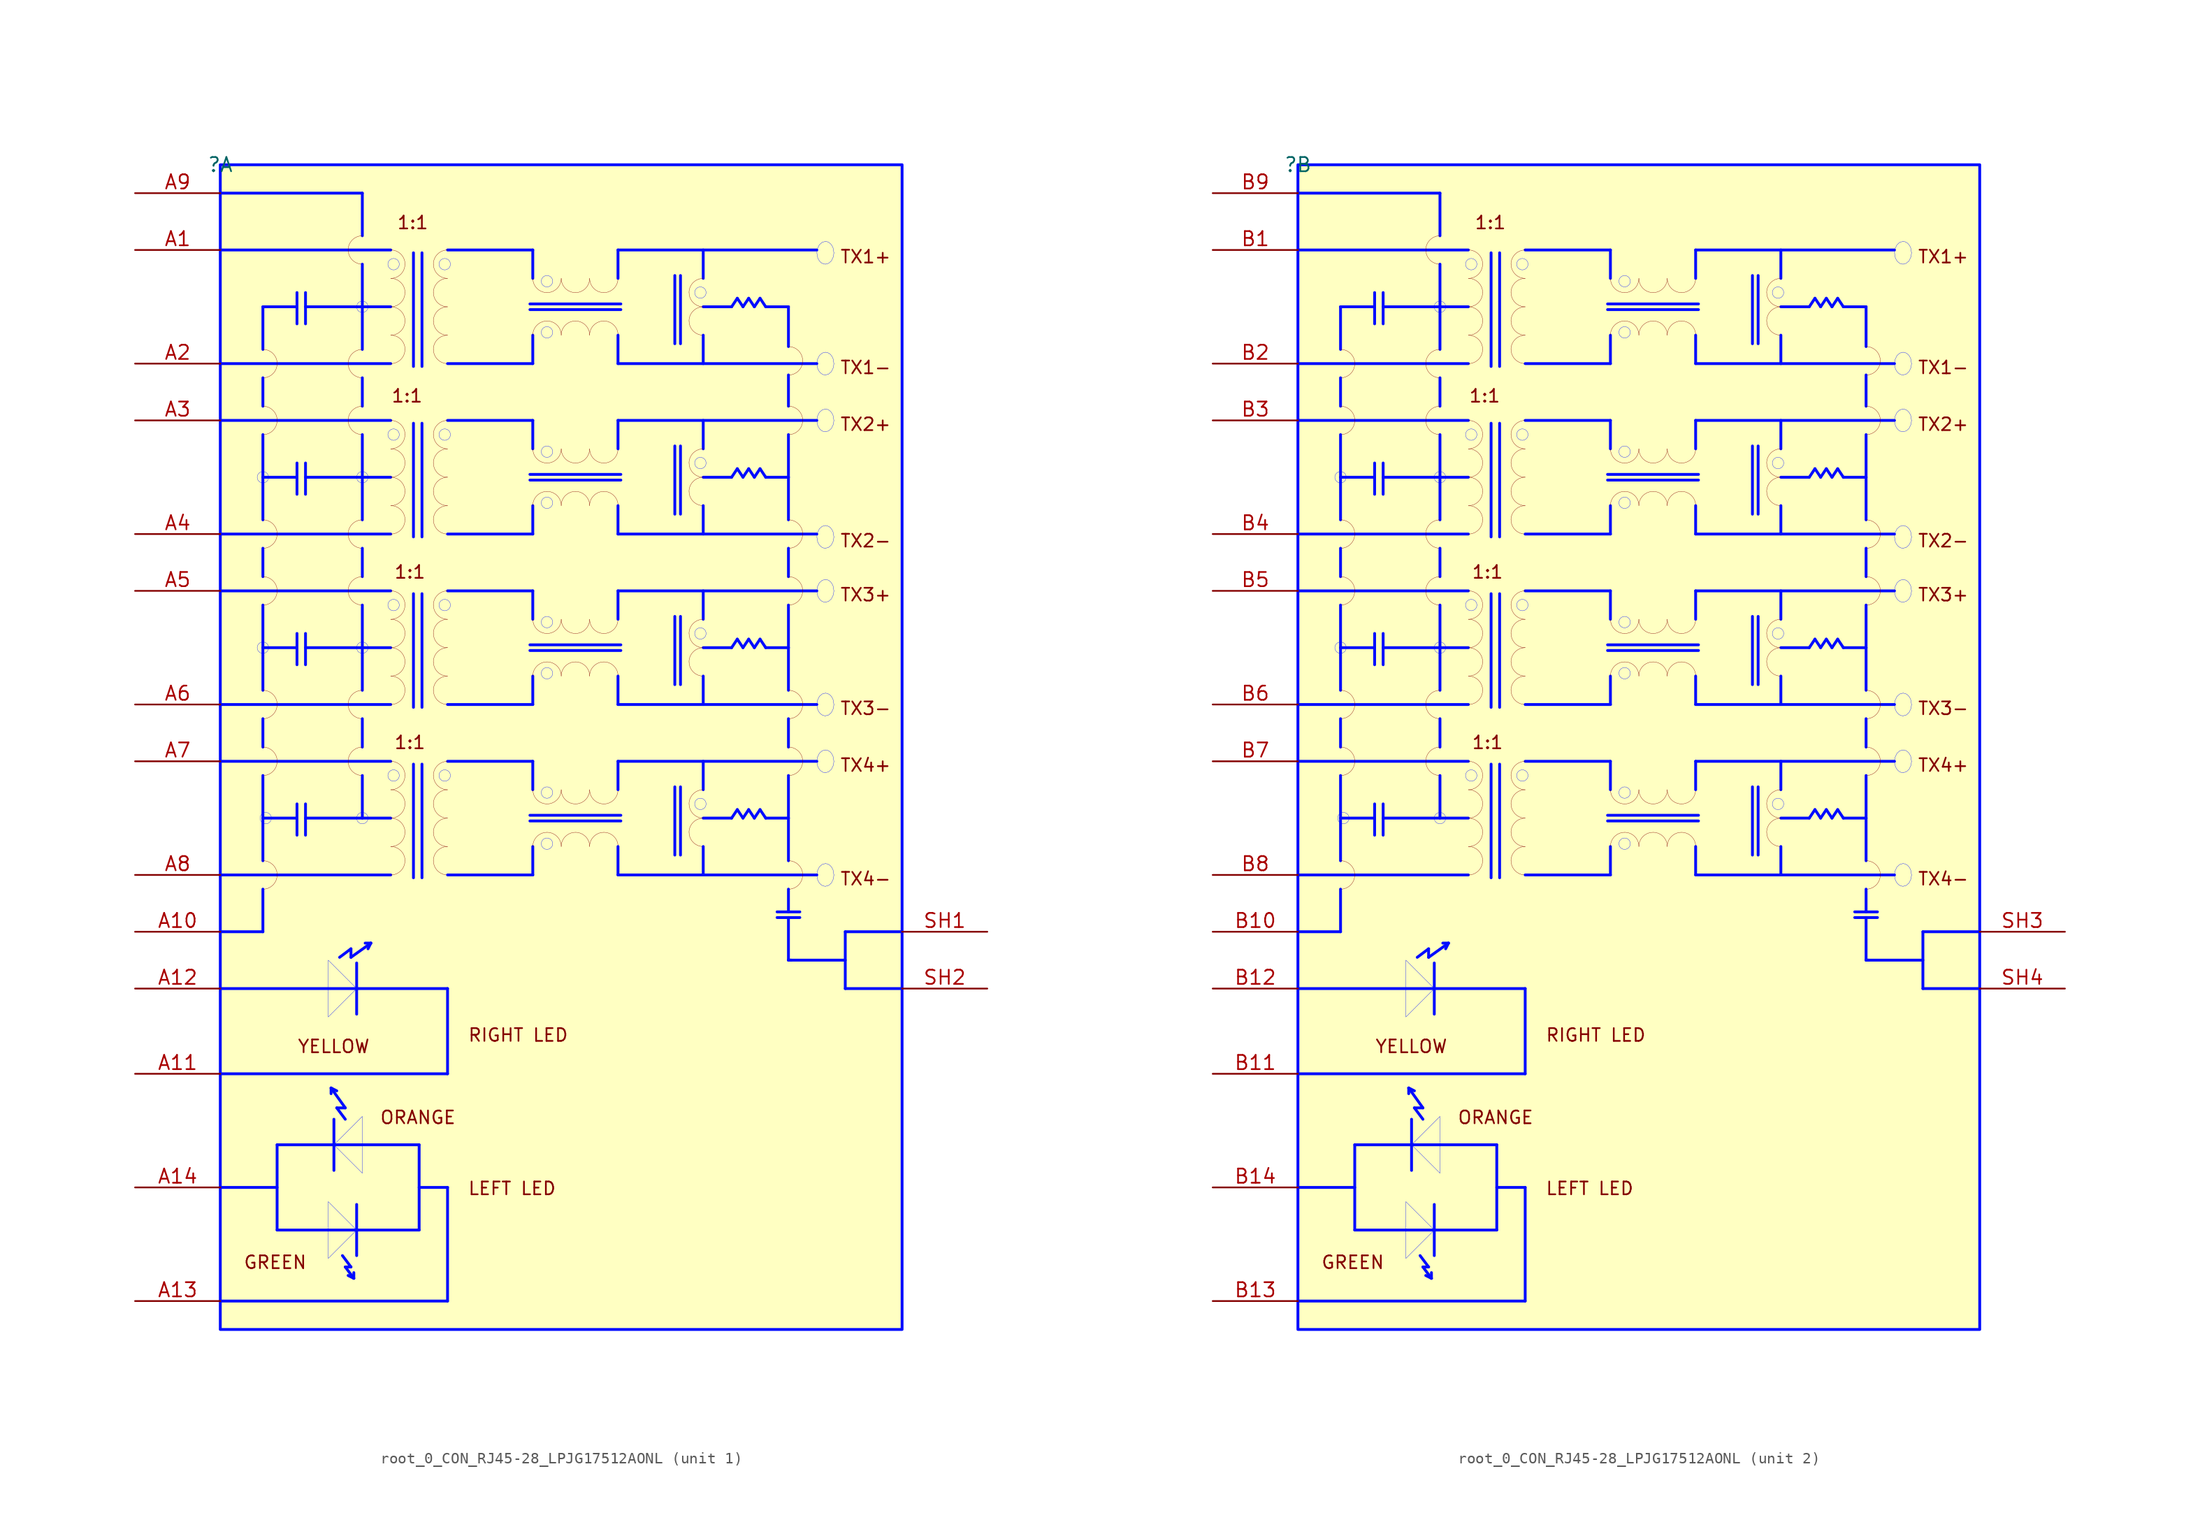
<source format=kicad_sym>
(kicad_symbol_lib
  (version 20231120)
  (generator "kicad_symbol_editor")
  (generator_version "8.0")
  (symbol "root_0_CON_RJ45-28_LPJG17512AONL"
    (property "Reference" ""
      (at 0 0 0)
      (effects (font (size 1.27 1.27))))
    (property "Value" ""
      (at 0 0 0)
      (effects (font (size 1.27 1.27))))
    (symbol "root_0_CON_RJ45-28_LPJG17512AONL_1_0"
      (polyline (pts (xy 0 -73.66) (xy 20.32 -73.66)) (stroke (width 0.254) (type solid) (color 0 11 255 1)) (fill (type none)))
      (polyline (pts (xy 0 -68.58) (xy 3.81 -68.58)) (stroke (width 0.254) (type solid) (color 0 11 255 1)) (fill (type none)))
      (polyline (pts (xy 0 -63.5) (xy 15.24 -63.5)) (stroke (width 0.254) (type solid) (color 0 11 255 1)) (fill (type none)))
      (polyline (pts (xy 0 -53.34) (xy 15.24 -53.34)) (stroke (width 0.254) (type solid) (color 0 11 255 1)) (fill (type none)))
      (polyline (pts (xy 0 -48.26) (xy 15.24 -48.26)) (stroke (width 0.254) (type solid) (color 0 11 255 1)) (fill (type none)))
      (polyline (pts (xy 0 -38.1) (xy 15.24 -38.1)) (stroke (width 0.254) (type solid) (color 0 11 255 1)) (fill (type none)))
      (polyline (pts (xy 0 -33.02) (xy 15.24 -33.02)) (stroke (width 0.254) (type solid) (color 0 11 255 1)) (fill (type none)))
      (polyline (pts (xy 0 -22.86) (xy 15.24 -22.86)) (stroke (width 0.254) (type solid) (color 0 11 255 1)) (fill (type none)))
      (polyline (pts (xy 0 -17.78) (xy 15.24 -17.78)) (stroke (width 0.254) (type solid) (color 0 11 255 1)) (fill (type none)))
      (polyline (pts (xy 0 -7.62) (xy 15.24 -7.62)) (stroke (width 0.254) (type solid) (color 0 11 255 1)) (fill (type none)))
      (polyline (pts (xy 0 -2.54) (xy 12.7 -2.54)) (stroke (width 0.254) (type solid) (color 0 11 255 1)) (fill (type none)))
      (polyline (pts (xy 3.81 -64.77) (xy 3.81 -68.58)) (stroke (width 0.254) (type solid) (color 0 11 255 1)) (fill (type none)))
      (polyline (pts (xy 3.81 -58.42) (xy 3.81 -62.23)) (stroke (width 0.254) (type solid) (color 0 11 255 1)) (fill (type none)))
      (polyline (pts (xy 3.81 -58.42) (xy 3.81 -54.61)) (stroke (width 0.254) (type solid) (color 0 11 255 1)) (fill (type none)))
      (polyline (pts (xy 3.81 -49.53) (xy 3.81 -52.07)) (stroke (width 0.254) (type solid) (color 0 11 255 1)) (fill (type none)))
      (polyline (pts (xy 3.81 -43.18) (xy 3.81 -46.99)) (stroke (width 0.254) (type solid) (color 0 11 255 1)) (fill (type none)))
      (polyline (pts (xy 3.81 -43.18) (xy 3.81 -39.37)) (stroke (width 0.254) (type solid) (color 0 11 255 1)) (fill (type none)))
      (polyline (pts (xy 3.81 -34.29) (xy 3.81 -36.83)) (stroke (width 0.254) (type solid) (color 0 11 255 1)) (fill (type none)))
      (polyline (pts (xy 3.81 -27.94) (xy 3.81 -31.75)) (stroke (width 0.254) (type solid) (color 0 11 255 1)) (fill (type none)))
      (polyline (pts (xy 3.81 -27.94) (xy 3.81 -24.13)) (stroke (width 0.254) (type solid) (color 0 11 255 1)) (fill (type none)))
      (polyline (pts (xy 3.81 -19.05) (xy 3.81 -21.59)) (stroke (width 0.254) (type solid) (color 0 11 255 1)) (fill (type none)))
      (polyline (pts (xy 3.81 -12.7) (xy 3.81 -16.51)) (stroke (width 0.254) (type solid) (color 0 11 255 1)) (fill (type none)))
      (polyline (pts (xy 5.08 -95.25) (xy 17.78 -95.25)) (stroke (width 0.254) (type solid) (color 0 11 255 1)) (fill (type none)))
      (polyline (pts (xy 5.08 -91.44) (xy 0 -91.44)) (stroke (width 0.254) (type solid) (color 0 11 255 1)) (fill (type none)))
      (polyline (pts (xy 5.08 -87.63) (xy 5.08 -95.25)) (stroke (width 0.254) (type solid) (color 0 11 255 1)) (fill (type none)))
      (polyline (pts (xy 5.08 -87.63) (xy 17.78 -87.63)) (stroke (width 0.254) (type solid) (color 0 11 255 1)) (fill (type none)))
      (polyline (pts (xy 6.858 -58.42) (xy 3.81 -58.42)) (stroke (width 0.254) (type solid) (color 0 11 255 1)) (fill (type none)))
      (polyline (pts (xy 6.858 -57.15) (xy 6.858 -59.944)) (stroke (width 0.254) (type solid) (color 0 11 255 1)) (fill (type none)))
      (polyline (pts (xy 6.858 -43.18) (xy 3.81 -43.18)) (stroke (width 0.254) (type solid) (color 0 11 255 1)) (fill (type none)))
      (polyline (pts (xy 6.858 -41.91) (xy 6.858 -44.704)) (stroke (width 0.254) (type solid) (color 0 11 255 1)) (fill (type none)))
      (polyline (pts (xy 6.858 -27.94) (xy 3.81 -27.94)) (stroke (width 0.254) (type solid) (color 0 11 255 1)) (fill (type none)))
      (polyline (pts (xy 6.858 -26.67) (xy 6.858 -29.464)) (stroke (width 0.254) (type solid) (color 0 11 255 1)) (fill (type none)))
      (polyline (pts (xy 6.858 -12.7) (xy 3.81 -12.7)) (stroke (width 0.254) (type solid) (color 0 11 255 1)) (fill (type none)))
      (polyline (pts (xy 6.858 -11.43) (xy 6.858 -14.224)) (stroke (width 0.254) (type solid) (color 0 11 255 1)) (fill (type none)))
      (polyline (pts (xy 7.62 -57.15) (xy 7.62 -59.944)) (stroke (width 0.254) (type solid) (color 0 11 255 1)) (fill (type none)))
      (polyline (pts (xy 7.62 -41.91) (xy 7.62 -44.704)) (stroke (width 0.254) (type solid) (color 0 11 255 1)) (fill (type none)))
      (polyline (pts (xy 7.62 -26.67) (xy 7.62 -29.464)) (stroke (width 0.254) (type solid) (color 0 11 255 1)) (fill (type none)))
      (polyline (pts (xy 7.62 -11.43) (xy 7.62 -14.224)) (stroke (width 0.254) (type solid) (color 0 11 255 1)) (fill (type none)))
      (polyline (pts (xy 9.906 -82.55) (xy 9.906 -83.058)) (stroke (width 0.254) (type solid) (color 0 11 255 1)) (fill (type none)))
      (polyline (pts (xy 9.906 -82.55) (xy 10.414 -82.804)) (stroke (width 0.254) (type solid) (color 0 11 255 1)) (fill (type none)))
      (polyline (pts (xy 10.16 -85.344) (xy 10.16 -89.916)) (stroke (width 0.254) (type solid) (color 0 11 255 1)) (fill (type none)))
      (polyline (pts (xy 10.414 -84.328) (xy 11.176 -84.328)) (stroke (width 0.254) (type solid) (color 0 11 255 1)) (fill (type none)))
      (polyline (pts (xy 10.668 -70.866) (xy 11.684 -70.104)) (stroke (width 0.254) (type solid) (color 0 11 255 1)) (fill (type none)))
      (polyline (pts (xy 10.922 -97.536) (xy 11.684 -98.552)) (stroke (width 0.254) (type solid) (color 0 11 255 1)) (fill (type none)))
      (polyline (pts (xy 11.176 -98.552) (xy 11.938 -99.568)) (stroke (width 0.254) (type solid) (color 0 11 255 1)) (fill (type none)))
      (polyline (pts (xy 11.176 -85.344) (xy 10.414 -84.328)) (stroke (width 0.254) (type solid) (color 0 11 255 1)) (fill (type none)))
      (polyline (pts (xy 11.176 -84.328) (xy 9.906 -82.55)) (stroke (width 0.254) (type solid) (color 0 11 255 1)) (fill (type none)))
      (polyline (pts (xy 11.684 -98.552) (xy 11.176 -98.552)) (stroke (width 0.254) (type solid) (color 0 11 255 1)) (fill (type none)))
      (polyline (pts (xy 11.684 -70.866) (xy 13.462 -69.596)) (stroke (width 0.254) (type solid) (color 0 11 255 1)) (fill (type none)))
      (polyline (pts (xy 11.684 -70.104) (xy 11.684 -70.866)) (stroke (width 0.254) (type solid) (color 0 11 255 1)) (fill (type none)))
      (polyline (pts (xy 11.938 -99.568) (xy 11.43 -99.314)) (stroke (width 0.254) (type solid) (color 0 11 255 1)) (fill (type none)))
      (polyline (pts (xy 11.938 -99.568) (xy 11.938 -99.06)) (stroke (width 0.254) (type solid) (color 0 11 255 1)) (fill (type none)))
      (polyline (pts (xy 12.192 -92.964) (xy 12.192 -97.536)) (stroke (width 0.254) (type solid) (color 0 11 255 1)) (fill (type none)))
      (polyline (pts (xy 12.192 -71.374) (xy 12.192 -75.946)) (stroke (width 0.254) (type solid) (color 0 11 255 1)) (fill (type none)))
      (polyline (pts (xy 12.7 -54.61) (xy 12.7 -58.42)) (stroke (width 0.254) (type solid) (color 0 11 255 1)) (fill (type none)))
      (polyline (pts (xy 12.7 -49.53) (xy 12.7 -52.07)) (stroke (width 0.254) (type solid) (color 0 11 255 1)) (fill (type none)))
      (polyline (pts (xy 12.7 -39.37) (xy 12.7 -46.99)) (stroke (width 0.254) (type solid) (color 0 11 255 1)) (fill (type none)))
      (polyline (pts (xy 12.7 -34.29) (xy 12.7 -36.83)) (stroke (width 0.254) (type solid) (color 0 11 255 1)) (fill (type none)))
      (polyline (pts (xy 12.7 -24.13) (xy 12.7 -31.75)) (stroke (width 0.254) (type solid) (color 0 11 255 1)) (fill (type none)))
      (polyline (pts (xy 12.7 -19.05) (xy 12.7 -21.59)) (stroke (width 0.254) (type solid) (color 0 11 255 1)) (fill (type none)))
      (polyline (pts (xy 12.7 -8.89) (xy 12.7 -16.51)) (stroke (width 0.254) (type solid) (color 0 11 255 1)) (fill (type none)))
      (polyline (pts (xy 12.7 -2.54) (xy 12.7 -6.35)) (stroke (width 0.254) (type solid) (color 0 11 255 1)) (fill (type none)))
      (polyline (pts (xy 13.462 -69.596) (xy 12.954 -69.596)) (stroke (width 0.254) (type solid) (color 0 11 255 1)) (fill (type none)))
      (polyline (pts (xy 13.462 -69.596) (xy 13.208 -70.104)) (stroke (width 0.254) (type solid) (color 0 11 255 1)) (fill (type none)))
      (polyline (pts (xy 15.24 -58.42) (xy 7.62 -58.42)) (stroke (width 0.254) (type solid) (color 0 11 255 1)) (fill (type none)))
      (polyline (pts (xy 15.24 -43.18) (xy 7.62 -43.18)) (stroke (width 0.254) (type solid) (color 0 11 255 1)) (fill (type none)))
      (polyline (pts (xy 15.24 -27.94) (xy 7.62 -27.94)) (stroke (width 0.254) (type solid) (color 0 11 255 1)) (fill (type none)))
      (polyline (pts (xy 15.24 -12.7) (xy 7.62 -12.7)) (stroke (width 0.254) (type solid) (color 0 11 255 1)) (fill (type none)))
      (polyline (pts (xy 17.272 -53.594) (xy 17.272 -63.754)) (stroke (width 0.254) (type solid) (color 0 11 255 1)) (fill (type none)))
      (polyline (pts (xy 17.272 -38.354) (xy 17.272 -48.514)) (stroke (width 0.254) (type solid) (color 0 11 255 1)) (fill (type none)))
      (polyline (pts (xy 17.272 -23.114) (xy 17.272 -33.274)) (stroke (width 0.254) (type solid) (color 0 11 255 1)) (fill (type none)))
      (polyline (pts (xy 17.272 -7.874) (xy 17.272 -18.034)) (stroke (width 0.254) (type solid) (color 0 11 255 1)) (fill (type none)))
      (polyline (pts (xy 17.78 -87.63) (xy 17.78 -95.25)) (stroke (width 0.254) (type solid) (color 0 11 255 1)) (fill (type none)))
      (polyline (pts (xy 18.034 -53.594) (xy 18.034 -63.754)) (stroke (width 0.254) (type solid) (color 0 11 255 1)) (fill (type none)))
      (polyline (pts (xy 18.034 -38.354) (xy 18.034 -48.514)) (stroke (width 0.254) (type solid) (color 0 11 255 1)) (fill (type none)))
      (polyline (pts (xy 18.034 -23.114) (xy 18.034 -33.274)) (stroke (width 0.254) (type solid) (color 0 11 255 1)) (fill (type none)))
      (polyline (pts (xy 18.034 -7.874) (xy 18.034 -18.034)) (stroke (width 0.254) (type solid) (color 0 11 255 1)) (fill (type none)))
      (polyline (pts (xy 20.32 -101.6) (xy 0 -101.6)) (stroke (width 0.254) (type solid) (color 0 11 255 1)) (fill (type none)))
      (polyline (pts (xy 20.32 -91.44) (xy 17.78 -91.44)) (stroke (width 0.254) (type solid) (color 0 11 255 1)) (fill (type none)))
      (polyline (pts (xy 20.32 -91.44) (xy 20.32 -101.6)) (stroke (width 0.254) (type solid) (color 0 11 255 1)) (fill (type none)))
      (polyline (pts (xy 20.32 -81.28) (xy 0 -81.28)) (stroke (width 0.254) (type solid) (color 0 11 255 1)) (fill (type none)))
      (polyline (pts (xy 20.32 -73.66) (xy 20.32 -81.28)) (stroke (width 0.254) (type solid) (color 0 11 255 1)) (fill (type none)))
      (polyline (pts (xy 20.32 -63.5) (xy 27.94 -63.5)) (stroke (width 0.254) (type solid) (color 0 11 255 1)) (fill (type none)))
      (polyline (pts (xy 20.32 -53.34) (xy 27.94 -53.34)) (stroke (width 0.254) (type solid) (color 0 11 255 1)) (fill (type none)))
      (polyline (pts (xy 20.32 -48.26) (xy 27.94 -48.26)) (stroke (width 0.254) (type solid) (color 0 11 255 1)) (fill (type none)))
      (polyline (pts (xy 20.32 -38.1) (xy 27.94 -38.1)) (stroke (width 0.254) (type solid) (color 0 11 255 1)) (fill (type none)))
      (polyline (pts (xy 20.32 -33.02) (xy 27.94 -33.02)) (stroke (width 0.254) (type solid) (color 0 11 255 1)) (fill (type none)))
      (polyline (pts (xy 20.32 -22.86) (xy 27.94 -22.86)) (stroke (width 0.254) (type solid) (color 0 11 255 1)) (fill (type none)))
      (polyline (pts (xy 20.32 -17.78) (xy 27.94 -17.78)) (stroke (width 0.254) (type solid) (color 0 11 255 1)) (fill (type none)))
      (polyline (pts (xy 20.32 -7.62) (xy 27.94 -7.62)) (stroke (width 0.254) (type solid) (color 0 11 255 1)) (fill (type none)))
      (polyline (pts (xy 27.686 -58.674) (xy 35.814 -58.674)) (stroke (width 0.254) (type solid) (color 0 11 255 1)) (fill (type none)))
      (polyline (pts (xy 27.686 -58.166) (xy 35.814 -58.166)) (stroke (width 0.254) (type solid) (color 0 11 255 1)) (fill (type none)))
      (polyline (pts (xy 27.686 -43.434) (xy 35.814 -43.434)) (stroke (width 0.254) (type solid) (color 0 11 255 1)) (fill (type none)))
      (polyline (pts (xy 27.686 -42.926) (xy 35.814 -42.926)) (stroke (width 0.254) (type solid) (color 0 11 255 1)) (fill (type none)))
      (polyline (pts (xy 27.686 -28.194) (xy 35.814 -28.194)) (stroke (width 0.254) (type solid) (color 0 11 255 1)) (fill (type none)))
      (polyline (pts (xy 27.686 -27.686) (xy 35.814 -27.686)) (stroke (width 0.254) (type solid) (color 0 11 255 1)) (fill (type none)))
      (polyline (pts (xy 27.686 -12.954) (xy 35.814 -12.954)) (stroke (width 0.254) (type solid) (color 0 11 255 1)) (fill (type none)))
      (polyline (pts (xy 27.686 -12.446) (xy 35.814 -12.446)) (stroke (width 0.254) (type solid) (color 0 11 255 1)) (fill (type none)))
      (polyline (pts (xy 27.94 -60.96) (xy 27.94 -63.5)) (stroke (width 0.254) (type solid) (color 0 11 255 1)) (fill (type none)))
      (polyline (pts (xy 27.94 -55.88) (xy 27.94 -53.34)) (stroke (width 0.254) (type solid) (color 0 11 255 1)) (fill (type none)))
      (polyline (pts (xy 27.94 -45.72) (xy 27.94 -48.26)) (stroke (width 0.254) (type solid) (color 0 11 255 1)) (fill (type none)))
      (polyline (pts (xy 27.94 -40.64) (xy 27.94 -38.1)) (stroke (width 0.254) (type solid) (color 0 11 255 1)) (fill (type none)))
      (polyline (pts (xy 27.94 -30.48) (xy 27.94 -33.02)) (stroke (width 0.254) (type solid) (color 0 11 255 1)) (fill (type none)))
      (polyline (pts (xy 27.94 -25.4) (xy 27.94 -22.86)) (stroke (width 0.254) (type solid) (color 0 11 255 1)) (fill (type none)))
      (polyline (pts (xy 27.94 -15.24) (xy 27.94 -17.78)) (stroke (width 0.254) (type solid) (color 0 11 255 1)) (fill (type none)))
      (polyline (pts (xy 27.94 -10.16) (xy 27.94 -7.62)) (stroke (width 0.254) (type solid) (color 0 11 255 1)) (fill (type none)))
      (polyline (pts (xy 35.56 -63.5) (xy 53.34 -63.5)) (stroke (width 0.254) (type solid) (color 0 11 255 1)) (fill (type none)))
      (polyline (pts (xy 35.56 -60.96) (xy 35.56 -63.5)) (stroke (width 0.254) (type solid) (color 0 11 255 1)) (fill (type none)))
      (polyline (pts (xy 35.56 -55.88) (xy 35.56 -53.34)) (stroke (width 0.254) (type solid) (color 0 11 255 1)) (fill (type none)))
      (polyline (pts (xy 35.56 -53.34) (xy 53.34 -53.34)) (stroke (width 0.254) (type solid) (color 0 11 255 1)) (fill (type none)))
      (polyline (pts (xy 35.56 -48.26) (xy 53.34 -48.26)) (stroke (width 0.254) (type solid) (color 0 11 255 1)) (fill (type none)))
      (polyline (pts (xy 35.56 -45.72) (xy 35.56 -48.26)) (stroke (width 0.254) (type solid) (color 0 11 255 1)) (fill (type none)))
      (polyline (pts (xy 35.56 -40.64) (xy 35.56 -38.1)) (stroke (width 0.254) (type solid) (color 0 11 255 1)) (fill (type none)))
      (polyline (pts (xy 35.56 -38.1) (xy 53.34 -38.1)) (stroke (width 0.254) (type solid) (color 0 11 255 1)) (fill (type none)))
      (polyline (pts (xy 35.56 -33.02) (xy 53.34 -33.02)) (stroke (width 0.254) (type solid) (color 0 11 255 1)) (fill (type none)))
      (polyline (pts (xy 35.56 -30.48) (xy 35.56 -33.02)) (stroke (width 0.254) (type solid) (color 0 11 255 1)) (fill (type none)))
      (polyline (pts (xy 35.56 -25.4) (xy 35.56 -22.86)) (stroke (width 0.254) (type solid) (color 0 11 255 1)) (fill (type none)))
      (polyline (pts (xy 35.56 -22.86) (xy 53.34 -22.86)) (stroke (width 0.254) (type solid) (color 0 11 255 1)) (fill (type none)))
      (polyline (pts (xy 35.56 -17.78) (xy 53.34 -17.78)) (stroke (width 0.254) (type solid) (color 0 11 255 1)) (fill (type none)))
      (polyline (pts (xy 35.56 -15.24) (xy 35.56 -17.78)) (stroke (width 0.254) (type solid) (color 0 11 255 1)) (fill (type none)))
      (polyline (pts (xy 35.56 -10.16) (xy 35.56 -7.62)) (stroke (width 0.254) (type solid) (color 0 11 255 1)) (fill (type none)))
      (polyline (pts (xy 35.56 -7.62) (xy 53.34 -7.62)) (stroke (width 0.254) (type solid) (color 0 11 255 1)) (fill (type none)))
      (polyline (pts (xy 40.64 -55.626) (xy 40.64 -61.722)) (stroke (width 0.254) (type solid) (color 0 11 255 1)) (fill (type none)))
      (polyline (pts (xy 40.64 -40.386) (xy 40.64 -46.482)) (stroke (width 0.254) (type solid) (color 0 11 255 1)) (fill (type none)))
      (polyline (pts (xy 40.64 -25.146) (xy 40.64 -31.242)) (stroke (width 0.254) (type solid) (color 0 11 255 1)) (fill (type none)))
      (polyline (pts (xy 40.64 -9.906) (xy 40.64 -16.002)) (stroke (width 0.254) (type solid) (color 0 11 255 1)) (fill (type none)))
      (polyline (pts (xy 41.148 -55.626) (xy 41.148 -61.722)) (stroke (width 0.254) (type solid) (color 0 11 255 1)) (fill (type none)))
      (polyline (pts (xy 41.148 -40.386) (xy 41.148 -46.482)) (stroke (width 0.254) (type solid) (color 0 11 255 1)) (fill (type none)))
      (polyline (pts (xy 41.148 -25.146) (xy 41.148 -31.242)) (stroke (width 0.254) (type solid) (color 0 11 255 1)) (fill (type none)))
      (polyline (pts (xy 41.148 -9.906) (xy 41.148 -16.002)) (stroke (width 0.254) (type solid) (color 0 11 255 1)) (fill (type none)))
      (polyline (pts (xy 43.18 -63.5) (xy 43.18 -60.96)) (stroke (width 0.254) (type solid) (color 0 11 255 1)) (fill (type none)))
      (polyline (pts (xy 43.18 -58.42) (xy 45.72 -58.42)) (stroke (width 0.254) (type solid) (color 0 11 255 1)) (fill (type none)))
      (polyline (pts (xy 43.18 -55.88) (xy 43.18 -53.34)) (stroke (width 0.254) (type solid) (color 0 11 255 1)) (fill (type none)))
      (polyline (pts (xy 43.18 -48.26) (xy 43.18 -45.72)) (stroke (width 0.254) (type solid) (color 0 11 255 1)) (fill (type none)))
      (polyline (pts (xy 43.18 -43.18) (xy 45.72 -43.18)) (stroke (width 0.254) (type solid) (color 0 11 255 1)) (fill (type none)))
      (polyline (pts (xy 43.18 -40.64) (xy 43.18 -38.1)) (stroke (width 0.254) (type solid) (color 0 11 255 1)) (fill (type none)))
      (polyline (pts (xy 43.18 -33.02) (xy 43.18 -30.48)) (stroke (width 0.254) (type solid) (color 0 11 255 1)) (fill (type none)))
      (polyline (pts (xy 43.18 -27.94) (xy 45.72 -27.94)) (stroke (width 0.254) (type solid) (color 0 11 255 1)) (fill (type none)))
      (polyline (pts (xy 43.18 -25.4) (xy 43.18 -22.86)) (stroke (width 0.254) (type solid) (color 0 11 255 1)) (fill (type none)))
      (polyline (pts (xy 43.18 -17.78) (xy 43.18 -15.24)) (stroke (width 0.254) (type solid) (color 0 11 255 1)) (fill (type none)))
      (polyline (pts (xy 43.18 -12.7) (xy 45.72 -12.7)) (stroke (width 0.254) (type solid) (color 0 11 255 1)) (fill (type none)))
      (polyline (pts (xy 43.18 -10.16) (xy 43.18 -7.62)) (stroke (width 0.254) (type solid) (color 0 11 255 1)) (fill (type none)))
      (polyline (pts (xy 45.72 -58.42) (xy 46.228 -57.658)) (stroke (width 0.254) (type solid) (color 0 11 255 1)) (fill (type none)))
      (polyline (pts (xy 45.72 -43.18) (xy 46.228 -42.418)) (stroke (width 0.254) (type solid) (color 0 11 255 1)) (fill (type none)))
      (polyline (pts (xy 45.72 -27.94) (xy 46.228 -27.178)) (stroke (width 0.254) (type solid) (color 0 11 255 1)) (fill (type none)))
      (polyline (pts (xy 45.72 -12.7) (xy 46.228 -11.938)) (stroke (width 0.254) (type solid) (color 0 11 255 1)) (fill (type none)))
      (polyline (pts (xy 46.228 -57.658) (xy 46.736 -58.42)) (stroke (width 0.254) (type solid) (color 0 11 255 1)) (fill (type none)))
      (polyline (pts (xy 46.228 -42.418) (xy 46.736 -43.18)) (stroke (width 0.254) (type solid) (color 0 11 255 1)) (fill (type none)))
      (polyline (pts (xy 46.228 -27.178) (xy 46.736 -27.94)) (stroke (width 0.254) (type solid) (color 0 11 255 1)) (fill (type none)))
      (polyline (pts (xy 46.228 -11.938) (xy 46.736 -12.7)) (stroke (width 0.254) (type solid) (color 0 11 255 1)) (fill (type none)))
      (polyline (pts (xy 46.736 -58.42) (xy 47.244 -57.658)) (stroke (width 0.254) (type solid) (color 0 11 255 1)) (fill (type none)))
      (polyline (pts (xy 46.736 -43.18) (xy 47.244 -42.418)) (stroke (width 0.254) (type solid) (color 0 11 255 1)) (fill (type none)))
      (polyline (pts (xy 46.736 -27.94) (xy 47.244 -27.178)) (stroke (width 0.254) (type solid) (color 0 11 255 1)) (fill (type none)))
      (polyline (pts (xy 46.736 -12.7) (xy 47.244 -11.938)) (stroke (width 0.254) (type solid) (color 0 11 255 1)) (fill (type none)))
      (polyline (pts (xy 47.244 -57.658) (xy 47.752 -58.42)) (stroke (width 0.254) (type solid) (color 0 11 255 1)) (fill (type none)))
      (polyline (pts (xy 47.244 -42.418) (xy 47.752 -43.18)) (stroke (width 0.254) (type solid) (color 0 11 255 1)) (fill (type none)))
      (polyline (pts (xy 47.244 -27.178) (xy 47.752 -27.94)) (stroke (width 0.254) (type solid) (color 0 11 255 1)) (fill (type none)))
      (polyline (pts (xy 47.244 -11.938) (xy 47.752 -12.7)) (stroke (width 0.254) (type solid) (color 0 11 255 1)) (fill (type none)))
      (polyline (pts (xy 47.752 -58.42) (xy 48.26 -57.658)) (stroke (width 0.254) (type solid) (color 0 11 255 1)) (fill (type none)))
      (polyline (pts (xy 47.752 -43.18) (xy 48.26 -42.418)) (stroke (width 0.254) (type solid) (color 0 11 255 1)) (fill (type none)))
      (polyline (pts (xy 47.752 -27.94) (xy 48.26 -27.178)) (stroke (width 0.254) (type solid) (color 0 11 255 1)) (fill (type none)))
      (polyline (pts (xy 47.752 -12.7) (xy 48.26 -11.938)) (stroke (width 0.254) (type solid) (color 0 11 255 1)) (fill (type none)))
      (polyline (pts (xy 48.26 -57.658) (xy 48.768 -58.42)) (stroke (width 0.254) (type solid) (color 0 11 255 1)) (fill (type none)))
      (polyline (pts (xy 48.26 -42.418) (xy 48.768 -43.18)) (stroke (width 0.254) (type solid) (color 0 11 255 1)) (fill (type none)))
      (polyline (pts (xy 48.26 -27.178) (xy 48.768 -27.94)) (stroke (width 0.254) (type solid) (color 0 11 255 1)) (fill (type none)))
      (polyline (pts (xy 48.26 -11.938) (xy 48.768 -12.7)) (stroke (width 0.254) (type solid) (color 0 11 255 1)) (fill (type none)))
      (polyline (pts (xy 48.768 -58.42) (xy 50.8 -58.42)) (stroke (width 0.254) (type solid) (color 0 11 255 1)) (fill (type none)))
      (polyline (pts (xy 48.768 -43.18) (xy 50.8 -43.18)) (stroke (width 0.254) (type solid) (color 0 11 255 1)) (fill (type none)))
      (polyline (pts (xy 48.768 -27.94) (xy 50.8 -27.94)) (stroke (width 0.254) (type solid) (color 0 11 255 1)) (fill (type none)))
      (polyline (pts (xy 48.768 -12.7) (xy 50.8 -12.7)) (stroke (width 0.254) (type solid) (color 0 11 255 1)) (fill (type none)))
      (polyline (pts (xy 49.784 -67.31) (xy 51.816 -67.31)) (stroke (width 0.254) (type solid) (color 0 11 255 1)) (fill (type none)))
      (polyline (pts (xy 49.784 -66.802) (xy 51.816 -66.802)) (stroke (width 0.254) (type solid) (color 0 11 255 1)) (fill (type none)))
      (polyline (pts (xy 50.8 -67.31) (xy 50.8 -71.12)) (stroke (width 0.254) (type solid) (color 0 11 255 1)) (fill (type none)))
      (polyline (pts (xy 50.8 -64.77) (xy 50.8 -66.802)) (stroke (width 0.254) (type solid) (color 0 11 255 1)) (fill (type none)))
      (polyline (pts (xy 50.8 -58.42) (xy 50.8 -62.23)) (stroke (width 0.254) (type solid) (color 0 11 255 1)) (fill (type none)))
      (polyline (pts (xy 50.8 -54.61) (xy 50.8 -58.42)) (stroke (width 0.254) (type solid) (color 0 11 255 1)) (fill (type none)))
      (polyline (pts (xy 50.8 -49.53) (xy 50.8 -52.07)) (stroke (width 0.254) (type solid) (color 0 11 255 1)) (fill (type none)))
      (polyline (pts (xy 50.8 -43.18) (xy 50.8 -46.99)) (stroke (width 0.254) (type solid) (color 0 11 255 1)) (fill (type none)))
      (polyline (pts (xy 50.8 -43.18) (xy 50.8 -39.37)) (stroke (width 0.254) (type solid) (color 0 11 255 1)) (fill (type none)))
      (polyline (pts (xy 50.8 -34.29) (xy 50.8 -36.83)) (stroke (width 0.254) (type solid) (color 0 11 255 1)) (fill (type none)))
      (polyline (pts (xy 50.8 -27.94) (xy 50.8 -31.75)) (stroke (width 0.254) (type solid) (color 0 11 255 1)) (fill (type none)))
      (polyline (pts (xy 50.8 -24.13) (xy 50.8 -27.94)) (stroke (width 0.254) (type solid) (color 0 11 255 1)) (fill (type none)))
      (polyline (pts (xy 50.8 -18.796) (xy 50.8 -21.59)) (stroke (width 0.254) (type solid) (color 0 11 255 1)) (fill (type none)))
      (polyline (pts (xy 50.8 -12.7) (xy 50.8 -16.256)) (stroke (width 0.254) (type solid) (color 0 11 255 1)) (fill (type none)))
      (polyline (pts (xy 51.054 -71.12) (xy 50.8 -71.12)) (stroke (width 0.254) (type solid) (color 0 11 255 1)) (fill (type none)))
      (polyline (pts (xy 55.88 -73.66) (xy 60.96 -73.66)) (stroke (width 0.254) (type solid) (color 0 11 255 1)) (fill (type none)))
      (polyline (pts (xy 55.88 -71.12) (xy 50.8 -71.12)) (stroke (width 0.254) (type solid) (color 0 11 255 1)) (fill (type none)))
      (polyline (pts (xy 55.88 -68.58) (xy 55.88 -73.66)) (stroke (width 0.254) (type solid) (color 0 11 255 1)) (fill (type none)))
      (polyline (pts (xy 55.88 -68.58) (xy 60.96 -68.58)) (stroke (width 0.254) (type solid) (color 0 11 255 1)) (fill (type none)))
      (polyline (pts (xy 9.652 -92.71) (xy 9.652 -97.79) (xy 12.192 -95.25) (xy 9.652 -92.71) (xy 9.652 -92.71)) (stroke (width 0.025) (type solid) (color 0 11 255 1)) (fill (type color) (color 0 0 255 1)))
      (polyline (pts (xy 9.652 -71.12) (xy 9.652 -76.2) (xy 12.192 -73.66) (xy 9.652 -71.12) (xy 9.652 -71.12)) (stroke (width 0.025) (type solid) (color 0 11 255 1)) (fill (type color) (color 0 0 255 1)))
      (polyline (pts (xy 12.7 -90.17) (xy 12.7 -85.09) (xy 10.16 -87.63) (xy 12.7 -90.17) (xy 12.7 -90.17)) (stroke (width 0.025) (type solid) (color 0 11 255 1)) (fill (type color) (color 0 0 255 1)))
      (arc (start 3.81 -64.77) (mid 4.708 -64.398) (end 5.08 -63.5) (stroke (width 0.0254) (type solid)) (fill (type none)))
      (arc (start 3.81 -54.61) (mid 4.708 -54.238) (end 5.08 -53.34) (stroke (width 0.0254) (type solid)) (fill (type none)))
      (arc (start 3.81 -49.53) (mid 4.708 -49.158) (end 5.08 -48.26) (stroke (width 0.0254) (type solid)) (fill (type none)))
      (circle (center 3.81 -43.18) (radius 0.508) (stroke (width 0.025) (type solid) (color 0 11 255 1)) (fill (type color) (color 0 0 255 1)))
      (arc (start 3.81 -39.37) (mid 4.708 -38.998) (end 5.08 -38.1) (stroke (width 0.0254) (type solid)) (fill (type none)))
      (arc (start 3.81 -34.29) (mid 4.708 -33.918) (end 5.08 -33.02) (stroke (width 0.0254) (type solid)) (fill (type none)))
      (circle (center 3.81 -27.94) (radius 0.508) (stroke (width 0.025) (type solid) (color 0 11 255 1)) (fill (type color) (color 0 0 255 1)))
      (arc (start 3.81 -24.13) (mid 4.708 -23.758) (end 5.08 -22.86) (stroke (width 0.0254) (type solid)) (fill (type none)))
      (arc (start 3.81 -19.05) (mid 4.708 -18.678) (end 5.08 -17.78) (stroke (width 0.0254) (type solid)) (fill (type none)))
      (circle (center 4.064 -58.42) (radius 0.508) (stroke (width 0.025) (type solid) (color 0 11 255 1)) (fill (type color) (color 0 0 255 1)))
      (arc (start 5.08 -63.5) (mid 4.708 -62.602) (end 3.81 -62.23) (stroke (width 0.0254) (type solid)) (fill (type none)))
      (arc (start 5.08 -53.34) (mid 4.708 -52.442) (end 3.81 -52.07) (stroke (width 0.0254) (type solid)) (fill (type none)))
      (arc (start 5.08 -48.26) (mid 4.708 -47.362) (end 3.81 -46.99) (stroke (width 0.0254) (type solid)) (fill (type none)))
      (arc (start 5.08 -38.1) (mid 4.708 -37.202) (end 3.81 -36.83) (stroke (width 0.0254) (type solid)) (fill (type none)))
      (arc (start 5.08 -33.02) (mid 4.708 -32.122) (end 3.81 -31.75) (stroke (width 0.0254) (type solid)) (fill (type none)))
      (arc (start 5.08 -22.86) (mid 4.708 -21.962) (end 3.81 -21.59) (stroke (width 0.0254) (type solid)) (fill (type none)))
      (arc (start 5.08 -17.78) (mid 4.708 -16.882) (end 3.81 -16.51) (stroke (width 0.0254) (type solid)) (fill (type none)))
      (arc (start 11.43 -53.34) (mid 11.802 -54.238) (end 12.7 -54.61) (stroke (width 0.0254) (type solid)) (fill (type none)))
      (arc (start 11.43 -48.26) (mid 11.802 -49.158) (end 12.7 -49.53) (stroke (width 0.0254) (type solid)) (fill (type none)))
      (arc (start 11.43 -38.1) (mid 11.802 -38.998) (end 12.7 -39.37) (stroke (width 0.0254) (type solid)) (fill (type none)))
      (arc (start 11.43 -33.02) (mid 11.802 -33.918) (end 12.7 -34.29) (stroke (width 0.0254) (type solid)) (fill (type none)))
      (arc (start 11.43 -22.86) (mid 11.802 -23.758) (end 12.7 -24.13) (stroke (width 0.0254) (type solid)) (fill (type none)))
      (arc (start 11.43 -17.78) (mid 11.802 -18.678) (end 12.7 -19.05) (stroke (width 0.0254) (type solid)) (fill (type none)))
      (arc (start 11.43 -7.62) (mid 11.802 -8.518) (end 12.7 -8.89) (stroke (width 0.0254) (type solid)) (fill (type none)))
      (circle (center 12.7 -58.42) (radius 0.508) (stroke (width 0.025) (type solid) (color 0 11 255 1)) (fill (type color) (color 0 0 255 1)))
      (arc (start 12.7 -52.07) (mid 11.802 -52.442) (end 11.43 -53.34) (stroke (width 0.0254) (type solid)) (fill (type none)))
      (arc (start 12.7 -46.99) (mid 11.802 -47.362) (end 11.43 -48.26) (stroke (width 0.0254) (type solid)) (fill (type none)))
      (circle (center 12.7 -43.18) (radius 0.508) (stroke (width 0.025) (type solid) (color 0 11 255 1)) (fill (type color) (color 0 0 255 1)))
      (arc (start 12.7 -36.83) (mid 11.802 -37.202) (end 11.43 -38.1) (stroke (width 0.0254) (type solid)) (fill (type none)))
      (arc (start 12.7 -31.75) (mid 11.802 -32.122) (end 11.43 -33.02) (stroke (width 0.0254) (type solid)) (fill (type none)))
      (circle (center 12.7 -27.94) (radius 0.508) (stroke (width 0.025) (type solid) (color 0 11 255 1)) (fill (type color) (color 0 0 255 1)))
      (arc (start 12.7 -21.59) (mid 11.802 -21.962) (end 11.43 -22.86) (stroke (width 0.0254) (type solid)) (fill (type none)))
      (arc (start 12.7 -16.51) (mid 11.802 -16.882) (end 11.43 -17.78) (stroke (width 0.0254) (type solid)) (fill (type none)))
      (circle (center 12.7 -12.7) (radius 0.508) (stroke (width 0.025) (type solid) (color 0 11 255 1)) (fill (type color) (color 0 0 255 1)))
      (arc (start 12.7 -6.35) (mid 11.802 -6.722) (end 11.43 -7.62) (stroke (width 0.0254) (type solid)) (fill (type none)))
      (arc (start 15.24 -63.5) (mid 16.138 -63.128) (end 16.51 -62.23) (stroke (width 0.0254) (type solid)) (fill (type none)))
      (arc (start 15.24 -60.96) (mid 16.138 -60.588) (end 16.51 -59.69) (stroke (width 0.0254) (type solid)) (fill (type none)))
      (arc (start 15.24 -58.42) (mid 16.138 -58.048) (end 16.51 -57.15) (stroke (width 0.0254) (type solid)) (fill (type none)))
      (arc (start 15.24 -55.88) (mid 16.138 -55.508) (end 16.51 -54.61) (stroke (width 0.0254) (type solid)) (fill (type none)))
      (arc (start 15.24 -48.26) (mid 16.138 -47.888) (end 16.51 -46.99) (stroke (width 0.0254) (type solid)) (fill (type none)))
      (arc (start 15.24 -45.72) (mid 16.138 -45.348) (end 16.51 -44.45) (stroke (width 0.0254) (type solid)) (fill (type none)))
      (arc (start 15.24 -43.18) (mid 16.138 -42.808) (end 16.51 -41.91) (stroke (width 0.0254) (type solid)) (fill (type none)))
      (arc (start 15.24 -40.64) (mid 16.138 -40.268) (end 16.51 -39.37) (stroke (width 0.0254) (type solid)) (fill (type none)))
      (arc (start 15.24 -33.02) (mid 16.138 -32.648) (end 16.51 -31.75) (stroke (width 0.0254) (type solid)) (fill (type none)))
      (arc (start 15.24 -30.48) (mid 16.138 -30.108) (end 16.51 -29.21) (stroke (width 0.0254) (type solid)) (fill (type none)))
      (arc (start 15.24 -27.94) (mid 16.138 -27.568) (end 16.51 -26.67) (stroke (width 0.0254) (type solid)) (fill (type none)))
      (arc (start 15.24 -25.4) (mid 16.138 -25.028) (end 16.51 -24.13) (stroke (width 0.0254) (type solid)) (fill (type none)))
      (arc (start 15.24 -17.78) (mid 16.138 -17.408) (end 16.51 -16.51) (stroke (width 0.0254) (type solid)) (fill (type none)))
      (arc (start 15.24 -15.24) (mid 16.138 -14.868) (end 16.51 -13.97) (stroke (width 0.0254) (type solid)) (fill (type none)))
      (arc (start 15.24 -12.7) (mid 16.138 -12.328) (end 16.51 -11.43) (stroke (width 0.0254) (type solid)) (fill (type none)))
      (arc (start 15.24 -10.16) (mid 16.138 -9.788) (end 16.51 -8.89) (stroke (width 0.0254) (type solid)) (fill (type none)))
      (circle (center 15.494 -54.61) (radius 0.508) (stroke (width 0.025) (type solid) (color 0 11 255 1)) (fill (type color) (color 0 0 255 1)))
      (circle (center 15.494 -39.37) (radius 0.508) (stroke (width 0.025) (type solid) (color 0 11 255 1)) (fill (type color) (color 0 0 255 1)))
      (circle (center 15.494 -24.13) (radius 0.508) (stroke (width 0.025) (type solid) (color 0 11 255 1)) (fill (type color) (color 0 0 255 1)))
      (circle (center 15.494 -8.89) (radius 0.508) (stroke (width 0.025) (type solid) (color 0 11 255 1)) (fill (type color) (color 0 0 255 1)))
      (arc (start 16.51 -62.23) (mid 16.138 -61.332) (end 15.24 -60.96) (stroke (width 0.0254) (type solid)) (fill (type none)))
      (arc (start 16.51 -59.69) (mid 16.138 -58.792) (end 15.24 -58.42) (stroke (width 0.0254) (type solid)) (fill (type none)))
      (arc (start 16.51 -57.15) (mid 16.138 -56.252) (end 15.24 -55.88) (stroke (width 0.0254) (type solid)) (fill (type none)))
      (arc (start 16.51 -54.61) (mid 16.138 -53.712) (end 15.24 -53.34) (stroke (width 0.0254) (type solid)) (fill (type none)))
      (arc (start 16.51 -46.99) (mid 16.138 -46.092) (end 15.24 -45.72) (stroke (width 0.0254) (type solid)) (fill (type none)))
      (arc (start 16.51 -44.45) (mid 16.138 -43.552) (end 15.24 -43.18) (stroke (width 0.0254) (type solid)) (fill (type none)))
      (arc (start 16.51 -41.91) (mid 16.138 -41.012) (end 15.24 -40.64) (stroke (width 0.0254) (type solid)) (fill (type none)))
      (arc (start 16.51 -39.37) (mid 16.138 -38.472) (end 15.24 -38.1) (stroke (width 0.0254) (type solid)) (fill (type none)))
      (arc (start 16.51 -31.75) (mid 16.138 -30.852) (end 15.24 -30.48) (stroke (width 0.0254) (type solid)) (fill (type none)))
      (arc (start 16.51 -29.21) (mid 16.138 -28.312) (end 15.24 -27.94) (stroke (width 0.0254) (type solid)) (fill (type none)))
      (arc (start 16.51 -26.67) (mid 16.138 -25.772) (end 15.24 -25.4) (stroke (width 0.0254) (type solid)) (fill (type none)))
      (arc (start 16.51 -24.13) (mid 16.138 -23.232) (end 15.24 -22.86) (stroke (width 0.0254) (type solid)) (fill (type none)))
      (arc (start 16.51 -16.51) (mid 16.138 -15.612) (end 15.24 -15.24) (stroke (width 0.0254) (type solid)) (fill (type none)))
      (arc (start 16.51 -13.97) (mid 16.138 -13.072) (end 15.24 -12.7) (stroke (width 0.0254) (type solid)) (fill (type none)))
      (arc (start 16.51 -11.43) (mid 16.138 -10.532) (end 15.24 -10.16) (stroke (width 0.0254) (type solid)) (fill (type none)))
      (arc (start 16.51 -8.89) (mid 16.138 -7.992) (end 15.24 -7.62) (stroke (width 0.0254) (type solid)) (fill (type none)))
      (arc (start 19.05 -62.23) (mid 19.422 -63.128) (end 20.32 -63.5) (stroke (width 0.0254) (type solid)) (fill (type none)))
      (arc (start 19.05 -59.69) (mid 19.422 -60.588) (end 20.32 -60.96) (stroke (width 0.0254) (type solid)) (fill (type none)))
      (arc (start 19.05 -57.15) (mid 19.422 -58.048) (end 20.32 -58.42) (stroke (width 0.0254) (type solid)) (fill (type none)))
      (arc (start 19.05 -54.61) (mid 19.422 -55.508) (end 20.32 -55.88) (stroke (width 0.0254) (type solid)) (fill (type none)))
      (arc (start 19.05 -46.99) (mid 19.422 -47.888) (end 20.32 -48.26) (stroke (width 0.0254) (type solid)) (fill (type none)))
      (arc (start 19.05 -44.45) (mid 19.422 -45.348) (end 20.32 -45.72) (stroke (width 0.0254) (type solid)) (fill (type none)))
      (arc (start 19.05 -41.91) (mid 19.422 -42.808) (end 20.32 -43.18) (stroke (width 0.0254) (type solid)) (fill (type none)))
      (arc (start 19.05 -39.37) (mid 19.422 -40.268) (end 20.32 -40.64) (stroke (width 0.0254) (type solid)) (fill (type none)))
      (arc (start 19.05 -31.75) (mid 19.422 -32.648) (end 20.32 -33.02) (stroke (width 0.0254) (type solid)) (fill (type none)))
      (arc (start 19.05 -29.21) (mid 19.422 -30.108) (end 20.32 -30.48) (stroke (width 0.0254) (type solid)) (fill (type none)))
      (arc (start 19.05 -26.67) (mid 19.422 -27.568) (end 20.32 -27.94) (stroke (width 0.0254) (type solid)) (fill (type none)))
      (arc (start 19.05 -24.13) (mid 19.422 -25.028) (end 20.32 -25.4) (stroke (width 0.0254) (type solid)) (fill (type none)))
      (arc (start 19.05 -16.51) (mid 19.422 -17.408) (end 20.32 -17.78) (stroke (width 0.0254) (type solid)) (fill (type none)))
      (arc (start 19.05 -13.97) (mid 19.422 -14.868) (end 20.32 -15.24) (stroke (width 0.0254) (type solid)) (fill (type none)))
      (arc (start 19.05 -11.43) (mid 19.422 -12.328) (end 20.32 -12.7) (stroke (width 0.0254) (type solid)) (fill (type none)))
      (arc (start 19.05 -8.89) (mid 19.422 -9.788) (end 20.32 -10.16) (stroke (width 0.0254) (type solid)) (fill (type none)))
      (circle (center 20.066 -54.61) (radius 0.508) (stroke (width 0.025) (type solid) (color 0 11 255 1)) (fill (type color) (color 0 0 255 1)))
      (circle (center 20.066 -39.37) (radius 0.508) (stroke (width 0.025) (type solid) (color 0 11 255 1)) (fill (type color) (color 0 0 255 1)))
      (circle (center 20.066 -24.13) (radius 0.508) (stroke (width 0.025) (type solid) (color 0 11 255 1)) (fill (type color) (color 0 0 255 1)))
      (circle (center 20.066 -8.89) (radius 0.508) (stroke (width 0.025) (type solid) (color 0 11 255 1)) (fill (type color) (color 0 0 255 1)))
      (arc (start 20.32 -60.96) (mid 19.422 -61.332) (end 19.05 -62.23) (stroke (width 0.0254) (type solid)) (fill (type none)))
      (arc (start 20.32 -58.42) (mid 19.422 -58.792) (end 19.05 -59.69) (stroke (width 0.0254) (type solid)) (fill (type none)))
      (arc (start 20.32 -55.88) (mid 19.422 -56.252) (end 19.05 -57.15) (stroke (width 0.0254) (type solid)) (fill (type none)))
      (arc (start 20.32 -53.34) (mid 19.422 -53.712) (end 19.05 -54.61) (stroke (width 0.0254) (type solid)) (fill (type none)))
      (arc (start 20.32 -45.72) (mid 19.422 -46.092) (end 19.05 -46.99) (stroke (width 0.0254) (type solid)) (fill (type none)))
      (arc (start 20.32 -43.18) (mid 19.422 -43.552) (end 19.05 -44.45) (stroke (width 0.0254) (type solid)) (fill (type none)))
      (arc (start 20.32 -40.64) (mid 19.422 -41.012) (end 19.05 -41.91) (stroke (width 0.0254) (type solid)) (fill (type none)))
      (arc (start 20.32 -38.1) (mid 19.422 -38.472) (end 19.05 -39.37) (stroke (width 0.0254) (type solid)) (fill (type none)))
      (arc (start 20.32 -30.48) (mid 19.422 -30.852) (end 19.05 -31.75) (stroke (width 0.0254) (type solid)) (fill (type none)))
      (arc (start 20.32 -27.94) (mid 19.422 -28.312) (end 19.05 -29.21) (stroke (width 0.0254) (type solid)) (fill (type none)))
      (arc (start 20.32 -25.4) (mid 19.422 -25.772) (end 19.05 -26.67) (stroke (width 0.0254) (type solid)) (fill (type none)))
      (arc (start 20.32 -22.86) (mid 19.422 -23.232) (end 19.05 -24.13) (stroke (width 0.0254) (type solid)) (fill (type none)))
      (arc (start 20.32 -15.24) (mid 19.422 -15.612) (end 19.05 -16.51) (stroke (width 0.0254) (type solid)) (fill (type none)))
      (arc (start 20.32 -12.7) (mid 19.422 -13.072) (end 19.05 -13.97) (stroke (width 0.0254) (type solid)) (fill (type none)))
      (arc (start 20.32 -10.16) (mid 19.422 -10.532) (end 19.05 -11.43) (stroke (width 0.0254) (type solid)) (fill (type none)))
      (arc (start 20.32 -7.62) (mid 19.422 -7.992) (end 19.05 -8.89) (stroke (width 0.0254) (type solid)) (fill (type none)))
      (arc (start 27.94 -55.88) (mid 28.312 -56.778) (end 29.21 -57.15) (stroke (width 0.0254) (type solid)) (fill (type none)))
      (arc (start 27.94 -40.64) (mid 28.312 -41.538) (end 29.21 -41.91) (stroke (width 0.0254) (type solid)) (fill (type none)))
      (arc (start 27.94 -25.4) (mid 28.312 -26.298) (end 29.21 -26.67) (stroke (width 0.0254) (type solid)) (fill (type none)))
      (arc (start 27.94 -10.16) (mid 28.312 -11.058) (end 29.21 -11.43) (stroke (width 0.0254) (type solid)) (fill (type none)))
      (circle (center 29.21 -60.706) (radius 0.508) (stroke (width 0.025) (type solid) (color 0 11 255 1)) (fill (type color) (color 0 0 255 1)))
      (arc (start 29.21 -59.69) (mid 28.312 -60.062) (end 27.94 -60.96) (stroke (width 0.0254) (type solid)) (fill (type none)))
      (arc (start 29.21 -57.15) (mid 30.108 -56.778) (end 30.48 -55.88) (stroke (width 0.0254) (type solid)) (fill (type none)))
      (circle (center 29.21 -56.134) (radius 0.508) (stroke (width 0.025) (type solid) (color 0 11 255 1)) (fill (type color) (color 0 0 255 1)))
      (circle (center 29.21 -45.466) (radius 0.508) (stroke (width 0.025) (type solid) (color 0 11 255 1)) (fill (type color) (color 0 0 255 1)))
      (arc (start 29.21 -44.45) (mid 28.312 -44.822) (end 27.94 -45.72) (stroke (width 0.0254) (type solid)) (fill (type none)))
      (arc (start 29.21 -41.91) (mid 30.108 -41.538) (end 30.48 -40.64) (stroke (width 0.0254) (type solid)) (fill (type none)))
      (circle (center 29.21 -40.894) (radius 0.508) (stroke (width 0.025) (type solid) (color 0 11 255 1)) (fill (type color) (color 0 0 255 1)))
      (circle (center 29.21 -30.226) (radius 0.508) (stroke (width 0.025) (type solid) (color 0 11 255 1)) (fill (type color) (color 0 0 255 1)))
      (arc (start 29.21 -29.21) (mid 28.312 -29.582) (end 27.94 -30.48) (stroke (width 0.0254) (type solid)) (fill (type none)))
      (arc (start 29.21 -26.67) (mid 30.108 -26.298) (end 30.48 -25.4) (stroke (width 0.0254) (type solid)) (fill (type none)))
      (circle (center 29.21 -25.654) (radius 0.508) (stroke (width 0.025) (type solid) (color 0 11 255 1)) (fill (type color) (color 0 0 255 1)))
      (circle (center 29.21 -14.986) (radius 0.508) (stroke (width 0.025) (type solid) (color 0 11 255 1)) (fill (type color) (color 0 0 255 1)))
      (arc (start 29.21 -13.97) (mid 28.312 -14.342) (end 27.94 -15.24) (stroke (width 0.0254) (type solid)) (fill (type none)))
      (arc (start 29.21 -11.43) (mid 30.108 -11.058) (end 30.48 -10.16) (stroke (width 0.0254) (type solid)) (fill (type none)))
      (circle (center 29.21 -10.414) (radius 0.508) (stroke (width 0.025) (type solid) (color 0 11 255 1)) (fill (type color) (color 0 0 255 1)))
      (arc (start 30.48 -60.96) (mid 30.108 -60.062) (end 29.21 -59.69) (stroke (width 0.0254) (type solid)) (fill (type none)))
      (arc (start 30.48 -55.88) (mid 30.852 -56.778) (end 31.75 -57.15) (stroke (width 0.0254) (type solid)) (fill (type none)))
      (arc (start 30.48 -45.72) (mid 30.108 -44.822) (end 29.21 -44.45) (stroke (width 0.0254) (type solid)) (fill (type none)))
      (arc (start 30.48 -40.64) (mid 30.852 -41.538) (end 31.75 -41.91) (stroke (width 0.0254) (type solid)) (fill (type none)))
      (arc (start 30.48 -30.48) (mid 30.108 -29.582) (end 29.21 -29.21) (stroke (width 0.0254) (type solid)) (fill (type none)))
      (arc (start 30.48 -25.4) (mid 30.852 -26.298) (end 31.75 -26.67) (stroke (width 0.0254) (type solid)) (fill (type none)))
      (arc (start 30.48 -15.24) (mid 30.108 -14.342) (end 29.21 -13.97) (stroke (width 0.0254) (type solid)) (fill (type none)))
      (arc (start 30.48 -10.16) (mid 30.852 -11.058) (end 31.75 -11.43) (stroke (width 0.0254) (type solid)) (fill (type none)))
      (arc (start 31.75 -59.69) (mid 30.852 -60.062) (end 30.48 -60.96) (stroke (width 0.0254) (type solid)) (fill (type none)))
      (arc (start 31.75 -57.15) (mid 32.648 -56.778) (end 33.02 -55.88) (stroke (width 0.0254) (type solid)) (fill (type none)))
      (arc (start 31.75 -44.45) (mid 30.852 -44.822) (end 30.48 -45.72) (stroke (width 0.0254) (type solid)) (fill (type none)))
      (arc (start 31.75 -41.91) (mid 32.648 -41.538) (end 33.02 -40.64) (stroke (width 0.0254) (type solid)) (fill (type none)))
      (arc (start 31.75 -29.21) (mid 30.852 -29.582) (end 30.48 -30.48) (stroke (width 0.0254) (type solid)) (fill (type none)))
      (arc (start 31.75 -26.67) (mid 32.648 -26.298) (end 33.02 -25.4) (stroke (width 0.0254) (type solid)) (fill (type none)))
      (arc (start 31.75 -13.97) (mid 30.852 -14.342) (end 30.48 -15.24) (stroke (width 0.0254) (type solid)) (fill (type none)))
      (arc (start 31.75 -11.43) (mid 32.648 -11.058) (end 33.02 -10.16) (stroke (width 0.0254) (type solid)) (fill (type none)))
      (arc (start 33.02 -60.96) (mid 32.648 -60.062) (end 31.75 -59.69) (stroke (width 0.0254) (type solid)) (fill (type none)))
      (arc (start 33.02 -55.88) (mid 33.392 -56.778) (end 34.29 -57.15) (stroke (width 0.0254) (type solid)) (fill (type none)))
      (arc (start 33.02 -45.72) (mid 32.648 -44.822) (end 31.75 -44.45) (stroke (width 0.0254) (type solid)) (fill (type none)))
      (arc (start 33.02 -40.64) (mid 33.392 -41.538) (end 34.29 -41.91) (stroke (width 0.0254) (type solid)) (fill (type none)))
      (arc (start 33.02 -30.48) (mid 32.648 -29.582) (end 31.75 -29.21) (stroke (width 0.0254) (type solid)) (fill (type none)))
      (arc (start 33.02 -25.4) (mid 33.392 -26.298) (end 34.29 -26.67) (stroke (width 0.0254) (type solid)) (fill (type none)))
      (arc (start 33.02 -15.24) (mid 32.648 -14.342) (end 31.75 -13.97) (stroke (width 0.0254) (type solid)) (fill (type none)))
      (arc (start 33.02 -10.16) (mid 33.392 -11.058) (end 34.29 -11.43) (stroke (width 0.0254) (type solid)) (fill (type none)))
      (arc (start 34.29 -59.69) (mid 33.392 -60.062) (end 33.02 -60.96) (stroke (width 0.0254) (type solid)) (fill (type none)))
      (arc (start 34.29 -57.15) (mid 35.188 -56.778) (end 35.56 -55.88) (stroke (width 0.0254) (type solid)) (fill (type none)))
      (arc (start 34.29 -44.45) (mid 33.392 -44.822) (end 33.02 -45.72) (stroke (width 0.0254) (type solid)) (fill (type none)))
      (arc (start 34.29 -41.91) (mid 35.188 -41.538) (end 35.56 -40.64) (stroke (width 0.0254) (type solid)) (fill (type none)))
      (arc (start 34.29 -29.21) (mid 33.392 -29.582) (end 33.02 -30.48) (stroke (width 0.0254) (type solid)) (fill (type none)))
      (arc (start 34.29 -26.67) (mid 35.188 -26.298) (end 35.56 -25.4) (stroke (width 0.0254) (type solid)) (fill (type none)))
      (arc (start 34.29 -13.97) (mid 33.392 -14.342) (end 33.02 -15.24) (stroke (width 0.0254) (type solid)) (fill (type none)))
      (arc (start 34.29 -11.43) (mid 35.188 -11.058) (end 35.56 -10.16) (stroke (width 0.0254) (type solid)) (fill (type none)))
      (arc (start 35.56 -60.96) (mid 35.188 -60.062) (end 34.29 -59.69) (stroke (width 0.0254) (type solid)) (fill (type none)))
      (arc (start 35.56 -45.72) (mid 35.188 -44.822) (end 34.29 -44.45) (stroke (width 0.0254) (type solid)) (fill (type none)))
      (arc (start 35.56 -30.48) (mid 35.188 -29.582) (end 34.29 -29.21) (stroke (width 0.0254) (type solid)) (fill (type none)))
      (arc (start 35.56 -15.24) (mid 35.188 -14.342) (end 34.29 -13.97) (stroke (width 0.0254) (type solid)) (fill (type none)))
      (arc (start 41.91 -59.69) (mid 42.282 -60.588) (end 43.18 -60.96) (stroke (width 0.0254) (type solid)) (fill (type none)))
      (arc (start 41.91 -57.15) (mid 42.282 -58.048) (end 43.18 -58.42) (stroke (width 0.0254) (type solid)) (fill (type none)))
      (arc (start 41.91 -44.45) (mid 42.282 -45.348) (end 43.18 -45.72) (stroke (width 0.0254) (type solid)) (fill (type none)))
      (arc (start 41.91 -41.91) (mid 42.282 -42.808) (end 43.18 -43.18) (stroke (width 0.0254) (type solid)) (fill (type none)))
      (arc (start 41.91 -29.21) (mid 42.282 -30.108) (end 43.18 -30.48) (stroke (width 0.0254) (type solid)) (fill (type none)))
      (arc (start 41.91 -26.67) (mid 42.282 -27.568) (end 43.18 -27.94) (stroke (width 0.0254) (type solid)) (fill (type none)))
      (arc (start 41.91 -13.97) (mid 42.282 -14.868) (end 43.18 -15.24) (stroke (width 0.0254) (type solid)) (fill (type none)))
      (arc (start 41.91 -11.43) (mid 42.282 -12.328) (end 43.18 -12.7) (stroke (width 0.0254) (type solid)) (fill (type none)))
      (circle (center 42.926 -57.15) (radius 0.508) (stroke (width 0.025) (type solid) (color 0 11 255 1)) (fill (type color) (color 0 0 255 1)))
      (circle (center 42.926 -41.91) (radius 0.508) (stroke (width 0.025) (type solid) (color 0 11 255 1)) (fill (type color) (color 0 0 255 1)))
      (circle (center 42.926 -26.67) (radius 0.508) (stroke (width 0.025) (type solid) (color 0 11 255 1)) (fill (type color) (color 0 0 255 1)))
      (circle (center 42.926 -11.43) (radius 0.508) (stroke (width 0.025) (type solid) (color 0 11 255 1)) (fill (type color) (color 0 0 255 1)))
      (arc (start 43.18 -58.42) (mid 42.282 -58.792) (end 41.91 -59.69) (stroke (width 0.0254) (type solid)) (fill (type none)))
      (arc (start 43.18 -55.88) (mid 42.282 -56.252) (end 41.91 -57.15) (stroke (width 0.0254) (type solid)) (fill (type none)))
      (arc (start 43.18 -43.18) (mid 42.282 -43.552) (end 41.91 -44.45) (stroke (width 0.0254) (type solid)) (fill (type none)))
      (arc (start 43.18 -40.64) (mid 42.282 -41.012) (end 41.91 -41.91) (stroke (width 0.0254) (type solid)) (fill (type none)))
      (arc (start 43.18 -27.94) (mid 42.282 -28.312) (end 41.91 -29.21) (stroke (width 0.0254) (type solid)) (fill (type none)))
      (arc (start 43.18 -25.4) (mid 42.282 -25.772) (end 41.91 -26.67) (stroke (width 0.0254) (type solid)) (fill (type none)))
      (arc (start 43.18 -12.7) (mid 42.282 -13.072) (end 41.91 -13.97) (stroke (width 0.0254) (type solid)) (fill (type none)))
      (arc (start 43.18 -10.16) (mid 42.282 -10.532) (end 41.91 -11.43) (stroke (width 0.0254) (type solid)) (fill (type none)))
      (arc (start 50.8 -64.77) (mid 51.698 -64.398) (end 52.07 -63.5) (stroke (width 0.0254) (type solid)) (fill (type none)))
      (arc (start 50.8 -54.61) (mid 51.698 -54.238) (end 52.07 -53.34) (stroke (width 0.0254) (type solid)) (fill (type none)))
      (arc (start 50.8 -49.53) (mid 51.698 -49.158) (end 52.07 -48.26) (stroke (width 0.0254) (type solid)) (fill (type none)))
      (arc (start 50.8 -39.37) (mid 51.698 -38.998) (end 52.07 -38.1) (stroke (width 0.0254) (type solid)) (fill (type none)))
      (arc (start 50.8 -34.29) (mid 51.698 -33.918) (end 52.07 -33.02) (stroke (width 0.0254) (type solid)) (fill (type none)))
      (arc (start 50.8 -24.13) (mid 51.698 -23.758) (end 52.07 -22.86) (stroke (width 0.0254) (type solid)) (fill (type none)))
      (arc (start 50.8 -18.796) (mid 51.698 -18.424) (end 52.07 -17.526) (stroke (width 0.0254) (type solid)) (fill (type none)))
      (arc (start 52.07 -63.5) (mid 51.698 -62.602) (end 50.8 -62.23) (stroke (width 0.0254) (type solid)) (fill (type none)))
      (arc (start 52.07 -53.34) (mid 51.698 -52.442) (end 50.8 -52.07) (stroke (width 0.0254) (type solid)) (fill (type none)))
      (arc (start 52.07 -48.26) (mid 51.698 -47.362) (end 50.8 -46.99) (stroke (width 0.0254) (type solid)) (fill (type none)))
      (arc (start 52.07 -38.1) (mid 51.698 -37.202) (end 50.8 -36.83) (stroke (width 0.0254) (type solid)) (fill (type none)))
      (arc (start 52.07 -33.02) (mid 51.698 -32.122) (end 50.8 -31.75) (stroke (width 0.0254) (type solid)) (fill (type none)))
      (arc (start 52.07 -22.86) (mid 51.698 -21.962) (end 50.8 -21.59) (stroke (width 0.0254) (type solid)) (fill (type none)))
      (arc (start 52.07 -17.526) (mid 51.698 -16.628) (end 50.8 -16.256) (stroke (width 0.0254) (type solid)) (fill (type none)))
      (bezier (pts (xy 53.34 -63.5) (xy 53.34 -64.061) (xy 53.681 -64.516) (xy 54.102 -64.516)) (stroke (width 0.025) (type solid) (color 0 11 255 1)) (fill (type none)))
      (bezier (pts (xy 53.34 -53.34) (xy 53.34 -53.901) (xy 53.681 -54.356) (xy 54.102 -54.356)) (stroke (width 0.025) (type solid) (color 0 11 255 1)) (fill (type none)))
      (bezier (pts (xy 53.34 -48.26) (xy 53.34 -48.821) (xy 53.681 -49.276) (xy 54.102 -49.276)) (stroke (width 0.025) (type solid) (color 0 11 255 1)) (fill (type none)))
      (bezier (pts (xy 53.34 -38.1) (xy 53.34 -38.661) (xy 53.681 -39.116) (xy 54.102 -39.116)) (stroke (width 0.025) (type solid) (color 0 11 255 1)) (fill (type none)))
      (bezier (pts (xy 53.34 -33.274) (xy 53.34 -33.835) (xy 53.681 -34.29) (xy 54.102 -34.29)) (stroke (width 0.025) (type solid) (color 0 11 255 1)) (fill (type none)))
      (bezier (pts (xy 53.34 -22.86) (xy 53.34 -23.421) (xy 53.681 -23.876) (xy 54.102 -23.876)) (stroke (width 0.025) (type solid) (color 0 11 255 1)) (fill (type none)))
      (bezier (pts (xy 53.34 -17.78) (xy 53.34 -18.341) (xy 53.681 -18.796) (xy 54.102 -18.796)) (stroke (width 0.025) (type solid) (color 0 11 255 1)) (fill (type none)))
      (bezier (pts (xy 53.34 -7.874) (xy 53.34 -8.435) (xy 53.681 -8.89) (xy 54.102 -8.89)) (stroke (width 0.025) (type solid) (color 0 11 255 1)) (fill (type none)))
      (bezier (pts (xy 54.102 -64.516) (xy 54.523 -64.516) (xy 54.864 -64.061) (xy 54.864 -63.5)) (stroke (width 0.025) (type solid) (color 0 11 255 1)) (fill (type none)))
      (bezier (pts (xy 54.102 -62.484) (xy 53.681 -62.484) (xy 53.34 -62.939) (xy 53.34 -63.5)) (stroke (width 0.025) (type solid) (color 0 11 255 1)) (fill (type none)))
      (bezier (pts (xy 54.102 -54.356) (xy 54.523 -54.356) (xy 54.864 -53.901) (xy 54.864 -53.34)) (stroke (width 0.025) (type solid) (color 0 11 255 1)) (fill (type none)))
      (bezier (pts (xy 54.102 -52.324) (xy 53.681 -52.324) (xy 53.34 -52.779) (xy 53.34 -53.34)) (stroke (width 0.025) (type solid) (color 0 11 255 1)) (fill (type none)))
      (bezier (pts (xy 54.102 -49.276) (xy 54.523 -49.276) (xy 54.864 -48.821) (xy 54.864 -48.26)) (stroke (width 0.025) (type solid) (color 0 11 255 1)) (fill (type none)))
      (bezier (pts (xy 54.102 -47.244) (xy 53.681 -47.244) (xy 53.34 -47.699) (xy 53.34 -48.26)) (stroke (width 0.025) (type solid) (color 0 11 255 1)) (fill (type none)))
      (bezier (pts (xy 54.102 -39.116) (xy 54.523 -39.116) (xy 54.864 -38.661) (xy 54.864 -38.1)) (stroke (width 0.025) (type solid) (color 0 11 255 1)) (fill (type none)))
      (bezier (pts (xy 54.102 -37.084) (xy 53.681 -37.084) (xy 53.34 -37.539) (xy 53.34 -38.1)) (stroke (width 0.025) (type solid) (color 0 11 255 1)) (fill (type none)))
      (bezier (pts (xy 54.102 -34.29) (xy 54.523 -34.29) (xy 54.864 -33.835) (xy 54.864 -33.274)) (stroke (width 0.025) (type solid) (color 0 11 255 1)) (fill (type none)))
      (bezier (pts (xy 54.102 -32.258) (xy 53.681 -32.258) (xy 53.34 -32.713) (xy 53.34 -33.274)) (stroke (width 0.025) (type solid) (color 0 11 255 1)) (fill (type none)))
      (bezier (pts (xy 54.102 -23.876) (xy 54.523 -23.876) (xy 54.864 -23.421) (xy 54.864 -22.86)) (stroke (width 0.025) (type solid) (color 0 11 255 1)) (fill (type none)))
      (bezier (pts (xy 54.102 -21.844) (xy 53.681 -21.844) (xy 53.34 -22.299) (xy 53.34 -22.86)) (stroke (width 0.025) (type solid) (color 0 11 255 1)) (fill (type none)))
      (bezier (pts (xy 54.102 -18.796) (xy 54.523 -18.796) (xy 54.864 -18.341) (xy 54.864 -17.78)) (stroke (width 0.025) (type solid) (color 0 11 255 1)) (fill (type none)))
      (bezier (pts (xy 54.102 -16.764) (xy 53.681 -16.764) (xy 53.34 -17.219) (xy 53.34 -17.78)) (stroke (width 0.025) (type solid) (color 0 11 255 1)) (fill (type none)))
      (bezier (pts (xy 54.102 -8.89) (xy 54.523 -8.89) (xy 54.864 -8.435) (xy 54.864 -7.874)) (stroke (width 0.025) (type solid) (color 0 11 255 1)) (fill (type none)))
      (bezier (pts (xy 54.102 -6.858) (xy 53.681 -6.858) (xy 53.34 -7.313) (xy 53.34 -7.874)) (stroke (width 0.025) (type solid) (color 0 11 255 1)) (fill (type none)))
      (bezier (pts (xy 54.864 -63.5) (xy 54.864 -62.939) (xy 54.523 -62.484) (xy 54.102 -62.484)) (stroke (width 0.025) (type solid) (color 0 11 255 1)) (fill (type none)))
      (bezier (pts (xy 54.864 -53.34) (xy 54.864 -52.779) (xy 54.523 -52.324) (xy 54.102 -52.324)) (stroke (width 0.025) (type solid) (color 0 11 255 1)) (fill (type none)))
      (bezier (pts (xy 54.864 -48.26) (xy 54.864 -47.699) (xy 54.523 -47.244) (xy 54.102 -47.244)) (stroke (width 0.025) (type solid) (color 0 11 255 1)) (fill (type none)))
      (bezier (pts (xy 54.864 -38.1) (xy 54.864 -37.539) (xy 54.523 -37.084) (xy 54.102 -37.084)) (stroke (width 0.025) (type solid) (color 0 11 255 1)) (fill (type none)))
      (bezier (pts (xy 54.864 -33.274) (xy 54.864 -32.713) (xy 54.523 -32.258) (xy 54.102 -32.258)) (stroke (width 0.025) (type solid) (color 0 11 255 1)) (fill (type none)))
      (bezier (pts (xy 54.864 -22.86) (xy 54.864 -22.299) (xy 54.523 -21.844) (xy 54.102 -21.844)) (stroke (width 0.025) (type solid) (color 0 11 255 1)) (fill (type none)))
      (bezier (pts (xy 54.864 -17.78) (xy 54.864 -17.219) (xy 54.523 -16.764) (xy 54.102 -16.764)) (stroke (width 0.025) (type solid) (color 0 11 255 1)) (fill (type none)))
      (bezier (pts (xy 54.864 -7.874) (xy 54.864 -7.313) (xy 54.523 -6.858) (xy 54.102 -6.858)) (stroke (width 0.025) (type solid) (color 0 11 255 1)) (fill (type none)))
      (rectangle (start 60.96 0) (end 0 -104.14) (stroke (width 0.254) (type solid) (color 0 11 255 1)) (fill (type background)))
      (text "1:1" (at 15.24 -21.336 0) (effects (font (size 1.143 1.143)) (justify left bottom)))
      (text "1:1" (at 15.494 -52.324 0) (effects (font (size 1.143 1.143)) (justify left bottom)))
      (text "1:1" (at 15.494 -37.084 0) (effects (font (size 1.143 1.143)) (justify left bottom)))
      (text "1:1" (at 15.748 -5.842 0) (effects (font (size 1.143 1.143)) (justify left bottom)))
      (text "GREEN" (at 2.032 -98.806 0) (effects (font (size 1.143 1.143)) (justify left bottom)))
      (text "LEFT LED" (at 22.098 -92.202 0) (effects (font (size 1.143 1.143)) (justify left bottom)))
      (text "ORANGE" (at 14.224 -85.852 0) (effects (font (size 1.143 1.143)) (justify left bottom)))
      (text "RIGHT LED" (at 22.098 -78.486 0) (effects (font (size 1.143 1.143)) (justify left bottom)))
      (text "TX1+" (at 55.372 -8.89 0) (effects (font (size 1.143 1.143)) (justify left bottom)))
      (text "TX1-" (at 55.372 -18.796 0) (effects (font (size 1.143 1.143)) (justify left bottom)))
      (text "TX2+" (at 55.372 -23.876 0) (effects (font (size 1.143 1.143)) (justify left bottom)))
      (text "TX2-" (at 55.372 -34.29 0) (effects (font (size 1.143 1.143)) (justify left bottom)))
      (text "TX3+" (at 55.372 -39.116 0) (effects (font (size 1.143 1.143)) (justify left bottom)))
      (text "TX3-" (at 55.372 -49.276 0) (effects (font (size 1.143 1.143)) (justify left bottom)))
      (text "TX4+" (at 55.372 -54.356 0) (effects (font (size 1.143 1.143)) (justify left bottom)))
      (text "TX4-" (at 55.372 -64.516 0) (effects (font (size 1.143 1.143)) (justify left bottom)))
      (text "YELLOW" (at 6.858 -79.502 0) (effects (font (size 1.143 1.143)) (justify left bottom)))
      (pin passive line (at -7.62 -7.62 0) (length 7.62) (name "TD1+_1" (effects (font (size 0 0)))) (number "A1" (effects (font (size 1.27 1.27)))))
      (pin power_in line (at -7.62 -68.58 0) (length 7.62) (name "GND" (effects (font (size 0 0)))) (number "A10" (effects (font (size 1.27 1.27)))))
      (pin passive line (at -7.62 -81.28 0) (length 7.62) (name "A11" (effects (font (size 0 0)))) (number "A11" (effects (font (size 1.27 1.27)))))
      (pin passive line (at -7.62 -73.66 0) (length 7.62) (name "A12" (effects (font (size 0 0)))) (number "A12" (effects (font (size 1.27 1.27)))))
      (pin passive line (at -7.62 -101.6 0) (length 7.62) (name "A13" (effects (font (size 0 0)))) (number "A13" (effects (font (size 1.27 1.27)))))
      (pin passive line (at -7.62 -91.44 0) (length 7.62) (name "A14" (effects (font (size 0 0)))) (number "A14" (effects (font (size 1.27 1.27)))))
      (pin passive line (at -7.62 -17.78 0) (length 7.62) (name "TD1-_1" (effects (font (size 0 0)))) (number "A2" (effects (font (size 1.27 1.27)))))
      (pin passive line (at -7.62 -22.86 0) (length 7.62) (name "TD2+_1" (effects (font (size 0 0)))) (number "A3" (effects (font (size 1.27 1.27)))))
      (pin passive line (at -7.62 -33.02 0) (length 7.62) (name "TD2-_1" (effects (font (size 0 0)))) (number "A4" (effects (font (size 1.27 1.27)))))
      (pin passive line (at -7.62 -38.1 0) (length 7.62) (name "TD3+_1" (effects (font (size 0 0)))) (number "A5" (effects (font (size 1.27 1.27)))))
      (pin passive line (at -7.62 -48.26 0) (length 7.62) (name "TD3-_1" (effects (font (size 0 0)))) (number "A6" (effects (font (size 1.27 1.27)))))
      (pin passive line (at -7.62 -53.34 0) (length 7.62) (name "TD4+_1" (effects (font (size 0 0)))) (number "A7" (effects (font (size 1.27 1.27)))))
      (pin passive line (at -7.62 -63.5 0) (length 7.62) (name "TD4-_1" (effects (font (size 0 0)))) (number "A8" (effects (font (size 1.27 1.27)))))
      (pin power_in line (at -7.62 -2.54 0) (length 7.62) (name "VCC" (effects (font (size 0 0)))) (number "A9" (effects (font (size 1.27 1.27)))))
      (pin passive line (at 68.58 -68.58 180) (length 7.62) (name "SH1" (effects (font (size 0 0)))) (number "SH1" (effects (font (size 1.27 1.27)))))
      (pin passive line (at 68.58 -73.66 180) (length 7.62) (name "SH2" (effects (font (size 0 0)))) (number "SH2" (effects (font (size 1.27 1.27))))))
    (symbol "root_0_CON_RJ45-28_LPJG17512AONL_2_0"
      (polyline (pts (xy 0 -73.66) (xy 20.32 -73.66)) (stroke (width 0.254) (type solid) (color 0 11 255 1)) (fill (type none)))
      (polyline (pts (xy 0 -68.58) (xy 3.81 -68.58)) (stroke (width 0.254) (type solid) (color 0 11 255 1)) (fill (type none)))
      (polyline (pts (xy 0 -63.5) (xy 15.24 -63.5)) (stroke (width 0.254) (type solid) (color 0 11 255 1)) (fill (type none)))
      (polyline (pts (xy 0 -53.34) (xy 15.24 -53.34)) (stroke (width 0.254) (type solid) (color 0 11 255 1)) (fill (type none)))
      (polyline (pts (xy 0 -48.26) (xy 15.24 -48.26)) (stroke (width 0.254) (type solid) (color 0 11 255 1)) (fill (type none)))
      (polyline (pts (xy 0 -38.1) (xy 15.24 -38.1)) (stroke (width 0.254) (type solid) (color 0 11 255 1)) (fill (type none)))
      (polyline (pts (xy 0 -33.02) (xy 15.24 -33.02)) (stroke (width 0.254) (type solid) (color 0 11 255 1)) (fill (type none)))
      (polyline (pts (xy 0 -22.86) (xy 15.24 -22.86)) (stroke (width 0.254) (type solid) (color 0 11 255 1)) (fill (type none)))
      (polyline (pts (xy 0 -17.78) (xy 15.24 -17.78)) (stroke (width 0.254) (type solid) (color 0 11 255 1)) (fill (type none)))
      (polyline (pts (xy 0 -7.62) (xy 15.24 -7.62)) (stroke (width 0.254) (type solid) (color 0 11 255 1)) (fill (type none)))
      (polyline (pts (xy 0 -2.54) (xy 12.7 -2.54)) (stroke (width 0.254) (type solid) (color 0 11 255 1)) (fill (type none)))
      (polyline (pts (xy 3.81 -64.77) (xy 3.81 -68.58)) (stroke (width 0.254) (type solid) (color 0 11 255 1)) (fill (type none)))
      (polyline (pts (xy 3.81 -58.42) (xy 3.81 -62.23)) (stroke (width 0.254) (type solid) (color 0 11 255 1)) (fill (type none)))
      (polyline (pts (xy 3.81 -58.42) (xy 3.81 -54.61)) (stroke (width 0.254) (type solid) (color 0 11 255 1)) (fill (type none)))
      (polyline (pts (xy 3.81 -49.53) (xy 3.81 -52.07)) (stroke (width 0.254) (type solid) (color 0 11 255 1)) (fill (type none)))
      (polyline (pts (xy 3.81 -43.18) (xy 3.81 -46.99)) (stroke (width 0.254) (type solid) (color 0 11 255 1)) (fill (type none)))
      (polyline (pts (xy 3.81 -43.18) (xy 3.81 -39.37)) (stroke (width 0.254) (type solid) (color 0 11 255 1)) (fill (type none)))
      (polyline (pts (xy 3.81 -34.29) (xy 3.81 -36.83)) (stroke (width 0.254) (type solid) (color 0 11 255 1)) (fill (type none)))
      (polyline (pts (xy 3.81 -27.94) (xy 3.81 -31.75)) (stroke (width 0.254) (type solid) (color 0 11 255 1)) (fill (type none)))
      (polyline (pts (xy 3.81 -27.94) (xy 3.81 -24.13)) (stroke (width 0.254) (type solid) (color 0 11 255 1)) (fill (type none)))
      (polyline (pts (xy 3.81 -19.05) (xy 3.81 -21.59)) (stroke (width 0.254) (type solid) (color 0 11 255 1)) (fill (type none)))
      (polyline (pts (xy 3.81 -12.7) (xy 3.81 -16.51)) (stroke (width 0.254) (type solid) (color 0 11 255 1)) (fill (type none)))
      (polyline (pts (xy 5.08 -95.25) (xy 17.78 -95.25)) (stroke (width 0.254) (type solid) (color 0 11 255 1)) (fill (type none)))
      (polyline (pts (xy 5.08 -91.44) (xy 0 -91.44)) (stroke (width 0.254) (type solid) (color 0 11 255 1)) (fill (type none)))
      (polyline (pts (xy 5.08 -87.63) (xy 5.08 -95.25)) (stroke (width 0.254) (type solid) (color 0 11 255 1)) (fill (type none)))
      (polyline (pts (xy 5.08 -87.63) (xy 17.78 -87.63)) (stroke (width 0.254) (type solid) (color 0 11 255 1)) (fill (type none)))
      (polyline (pts (xy 6.858 -58.42) (xy 3.81 -58.42)) (stroke (width 0.254) (type solid) (color 0 11 255 1)) (fill (type none)))
      (polyline (pts (xy 6.858 -57.15) (xy 6.858 -59.944)) (stroke (width 0.254) (type solid) (color 0 11 255 1)) (fill (type none)))
      (polyline (pts (xy 6.858 -43.18) (xy 3.81 -43.18)) (stroke (width 0.254) (type solid) (color 0 11 255 1)) (fill (type none)))
      (polyline (pts (xy 6.858 -41.91) (xy 6.858 -44.704)) (stroke (width 0.254) (type solid) (color 0 11 255 1)) (fill (type none)))
      (polyline (pts (xy 6.858 -27.94) (xy 3.81 -27.94)) (stroke (width 0.254) (type solid) (color 0 11 255 1)) (fill (type none)))
      (polyline (pts (xy 6.858 -26.67) (xy 6.858 -29.464)) (stroke (width 0.254) (type solid) (color 0 11 255 1)) (fill (type none)))
      (polyline (pts (xy 6.858 -12.7) (xy 3.81 -12.7)) (stroke (width 0.254) (type solid) (color 0 11 255 1)) (fill (type none)))
      (polyline (pts (xy 6.858 -11.43) (xy 6.858 -14.224)) (stroke (width 0.254) (type solid) (color 0 11 255 1)) (fill (type none)))
      (polyline (pts (xy 7.62 -57.15) (xy 7.62 -59.944)) (stroke (width 0.254) (type solid) (color 0 11 255 1)) (fill (type none)))
      (polyline (pts (xy 7.62 -41.91) (xy 7.62 -44.704)) (stroke (width 0.254) (type solid) (color 0 11 255 1)) (fill (type none)))
      (polyline (pts (xy 7.62 -26.67) (xy 7.62 -29.464)) (stroke (width 0.254) (type solid) (color 0 11 255 1)) (fill (type none)))
      (polyline (pts (xy 7.62 -11.43) (xy 7.62 -14.224)) (stroke (width 0.254) (type solid) (color 0 11 255 1)) (fill (type none)))
      (polyline (pts (xy 9.906 -82.55) (xy 9.906 -83.058)) (stroke (width 0.254) (type solid) (color 0 11 255 1)) (fill (type none)))
      (polyline (pts (xy 9.906 -82.55) (xy 10.414 -82.804)) (stroke (width 0.254) (type solid) (color 0 11 255 1)) (fill (type none)))
      (polyline (pts (xy 10.16 -85.344) (xy 10.16 -89.916)) (stroke (width 0.254) (type solid) (color 0 11 255 1)) (fill (type none)))
      (polyline (pts (xy 10.414 -84.328) (xy 11.176 -84.328)) (stroke (width 0.254) (type solid) (color 0 11 255 1)) (fill (type none)))
      (polyline (pts (xy 10.668 -70.866) (xy 11.684 -70.104)) (stroke (width 0.254) (type solid) (color 0 11 255 1)) (fill (type none)))
      (polyline (pts (xy 10.922 -97.536) (xy 11.684 -98.552)) (stroke (width 0.254) (type solid) (color 0 11 255 1)) (fill (type none)))
      (polyline (pts (xy 11.176 -98.552) (xy 11.938 -99.568)) (stroke (width 0.254) (type solid) (color 0 11 255 1)) (fill (type none)))
      (polyline (pts (xy 11.176 -85.344) (xy 10.414 -84.328)) (stroke (width 0.254) (type solid) (color 0 11 255 1)) (fill (type none)))
      (polyline (pts (xy 11.176 -84.328) (xy 9.906 -82.55)) (stroke (width 0.254) (type solid) (color 0 11 255 1)) (fill (type none)))
      (polyline (pts (xy 11.684 -98.552) (xy 11.176 -98.552)) (stroke (width 0.254) (type solid) (color 0 11 255 1)) (fill (type none)))
      (polyline (pts (xy 11.684 -70.866) (xy 13.462 -69.596)) (stroke (width 0.254) (type solid) (color 0 11 255 1)) (fill (type none)))
      (polyline (pts (xy 11.684 -70.104) (xy 11.684 -70.866)) (stroke (width 0.254) (type solid) (color 0 11 255 1)) (fill (type none)))
      (polyline (pts (xy 11.938 -99.568) (xy 11.43 -99.314)) (stroke (width 0.254) (type solid) (color 0 11 255 1)) (fill (type none)))
      (polyline (pts (xy 11.938 -99.568) (xy 11.938 -99.06)) (stroke (width 0.254) (type solid) (color 0 11 255 1)) (fill (type none)))
      (polyline (pts (xy 12.192 -92.964) (xy 12.192 -97.536)) (stroke (width 0.254) (type solid) (color 0 11 255 1)) (fill (type none)))
      (polyline (pts (xy 12.192 -71.374) (xy 12.192 -75.946)) (stroke (width 0.254) (type solid) (color 0 11 255 1)) (fill (type none)))
      (polyline (pts (xy 12.7 -54.61) (xy 12.7 -58.42)) (stroke (width 0.254) (type solid) (color 0 11 255 1)) (fill (type none)))
      (polyline (pts (xy 12.7 -49.53) (xy 12.7 -52.07)) (stroke (width 0.254) (type solid) (color 0 11 255 1)) (fill (type none)))
      (polyline (pts (xy 12.7 -39.37) (xy 12.7 -46.99)) (stroke (width 0.254) (type solid) (color 0 11 255 1)) (fill (type none)))
      (polyline (pts (xy 12.7 -34.29) (xy 12.7 -36.83)) (stroke (width 0.254) (type solid) (color 0 11 255 1)) (fill (type none)))
      (polyline (pts (xy 12.7 -24.13) (xy 12.7 -31.75)) (stroke (width 0.254) (type solid) (color 0 11 255 1)) (fill (type none)))
      (polyline (pts (xy 12.7 -19.05) (xy 12.7 -21.59)) (stroke (width 0.254) (type solid) (color 0 11 255 1)) (fill (type none)))
      (polyline (pts (xy 12.7 -8.89) (xy 12.7 -16.51)) (stroke (width 0.254) (type solid) (color 0 11 255 1)) (fill (type none)))
      (polyline (pts (xy 12.7 -2.54) (xy 12.7 -6.35)) (stroke (width 0.254) (type solid) (color 0 11 255 1)) (fill (type none)))
      (polyline (pts (xy 13.462 -69.596) (xy 12.954 -69.596)) (stroke (width 0.254) (type solid) (color 0 11 255 1)) (fill (type none)))
      (polyline (pts (xy 13.462 -69.596) (xy 13.208 -70.104)) (stroke (width 0.254) (type solid) (color 0 11 255 1)) (fill (type none)))
      (polyline (pts (xy 15.24 -58.42) (xy 7.62 -58.42)) (stroke (width 0.254) (type solid) (color 0 11 255 1)) (fill (type none)))
      (polyline (pts (xy 15.24 -43.18) (xy 7.62 -43.18)) (stroke (width 0.254) (type solid) (color 0 11 255 1)) (fill (type none)))
      (polyline (pts (xy 15.24 -27.94) (xy 7.62 -27.94)) (stroke (width 0.254) (type solid) (color 0 11 255 1)) (fill (type none)))
      (polyline (pts (xy 15.24 -12.7) (xy 7.62 -12.7)) (stroke (width 0.254) (type solid) (color 0 11 255 1)) (fill (type none)))
      (polyline (pts (xy 17.272 -53.594) (xy 17.272 -63.754)) (stroke (width 0.254) (type solid) (color 0 11 255 1)) (fill (type none)))
      (polyline (pts (xy 17.272 -38.354) (xy 17.272 -48.514)) (stroke (width 0.254) (type solid) (color 0 11 255 1)) (fill (type none)))
      (polyline (pts (xy 17.272 -23.114) (xy 17.272 -33.274)) (stroke (width 0.254) (type solid) (color 0 11 255 1)) (fill (type none)))
      (polyline (pts (xy 17.272 -7.874) (xy 17.272 -18.034)) (stroke (width 0.254) (type solid) (color 0 11 255 1)) (fill (type none)))
      (polyline (pts (xy 17.78 -87.63) (xy 17.78 -95.25)) (stroke (width 0.254) (type solid) (color 0 11 255 1)) (fill (type none)))
      (polyline (pts (xy 18.034 -53.594) (xy 18.034 -63.754)) (stroke (width 0.254) (type solid) (color 0 11 255 1)) (fill (type none)))
      (polyline (pts (xy 18.034 -38.354) (xy 18.034 -48.514)) (stroke (width 0.254) (type solid) (color 0 11 255 1)) (fill (type none)))
      (polyline (pts (xy 18.034 -23.114) (xy 18.034 -33.274)) (stroke (width 0.254) (type solid) (color 0 11 255 1)) (fill (type none)))
      (polyline (pts (xy 18.034 -7.874) (xy 18.034 -18.034)) (stroke (width 0.254) (type solid) (color 0 11 255 1)) (fill (type none)))
      (polyline (pts (xy 20.32 -101.6) (xy 0 -101.6)) (stroke (width 0.254) (type solid) (color 0 11 255 1)) (fill (type none)))
      (polyline (pts (xy 20.32 -91.44) (xy 17.78 -91.44)) (stroke (width 0.254) (type solid) (color 0 11 255 1)) (fill (type none)))
      (polyline (pts (xy 20.32 -91.44) (xy 20.32 -101.6)) (stroke (width 0.254) (type solid) (color 0 11 255 1)) (fill (type none)))
      (polyline (pts (xy 20.32 -81.28) (xy 0 -81.28)) (stroke (width 0.254) (type solid) (color 0 11 255 1)) (fill (type none)))
      (polyline (pts (xy 20.32 -73.66) (xy 20.32 -81.28)) (stroke (width 0.254) (type solid) (color 0 11 255 1)) (fill (type none)))
      (polyline (pts (xy 20.32 -63.5) (xy 27.94 -63.5)) (stroke (width 0.254) (type solid) (color 0 11 255 1)) (fill (type none)))
      (polyline (pts (xy 20.32 -53.34) (xy 27.94 -53.34)) (stroke (width 0.254) (type solid) (color 0 11 255 1)) (fill (type none)))
      (polyline (pts (xy 20.32 -48.26) (xy 27.94 -48.26)) (stroke (width 0.254) (type solid) (color 0 11 255 1)) (fill (type none)))
      (polyline (pts (xy 20.32 -38.1) (xy 27.94 -38.1)) (stroke (width 0.254) (type solid) (color 0 11 255 1)) (fill (type none)))
      (polyline (pts (xy 20.32 -33.02) (xy 27.94 -33.02)) (stroke (width 0.254) (type solid) (color 0 11 255 1)) (fill (type none)))
      (polyline (pts (xy 20.32 -22.86) (xy 27.94 -22.86)) (stroke (width 0.254) (type solid) (color 0 11 255 1)) (fill (type none)))
      (polyline (pts (xy 20.32 -17.78) (xy 27.94 -17.78)) (stroke (width 0.254) (type solid) (color 0 11 255 1)) (fill (type none)))
      (polyline (pts (xy 20.32 -7.62) (xy 27.94 -7.62)) (stroke (width 0.254) (type solid) (color 0 11 255 1)) (fill (type none)))
      (polyline (pts (xy 27.686 -58.674) (xy 35.814 -58.674)) (stroke (width 0.254) (type solid) (color 0 11 255 1)) (fill (type none)))
      (polyline (pts (xy 27.686 -58.166) (xy 35.814 -58.166)) (stroke (width 0.254) (type solid) (color 0 11 255 1)) (fill (type none)))
      (polyline (pts (xy 27.686 -43.434) (xy 35.814 -43.434)) (stroke (width 0.254) (type solid) (color 0 11 255 1)) (fill (type none)))
      (polyline (pts (xy 27.686 -42.926) (xy 35.814 -42.926)) (stroke (width 0.254) (type solid) (color 0 11 255 1)) (fill (type none)))
      (polyline (pts (xy 27.686 -28.194) (xy 35.814 -28.194)) (stroke (width 0.254) (type solid) (color 0 11 255 1)) (fill (type none)))
      (polyline (pts (xy 27.686 -27.686) (xy 35.814 -27.686)) (stroke (width 0.254) (type solid) (color 0 11 255 1)) (fill (type none)))
      (polyline (pts (xy 27.686 -12.954) (xy 35.814 -12.954)) (stroke (width 0.254) (type solid) (color 0 11 255 1)) (fill (type none)))
      (polyline (pts (xy 27.686 -12.446) (xy 35.814 -12.446)) (stroke (width 0.254) (type solid) (color 0 11 255 1)) (fill (type none)))
      (polyline (pts (xy 27.94 -60.96) (xy 27.94 -63.5)) (stroke (width 0.254) (type solid) (color 0 11 255 1)) (fill (type none)))
      (polyline (pts (xy 27.94 -55.88) (xy 27.94 -53.34)) (stroke (width 0.254) (type solid) (color 0 11 255 1)) (fill (type none)))
      (polyline (pts (xy 27.94 -45.72) (xy 27.94 -48.26)) (stroke (width 0.254) (type solid) (color 0 11 255 1)) (fill (type none)))
      (polyline (pts (xy 27.94 -40.64) (xy 27.94 -38.1)) (stroke (width 0.254) (type solid) (color 0 11 255 1)) (fill (type none)))
      (polyline (pts (xy 27.94 -30.48) (xy 27.94 -33.02)) (stroke (width 0.254) (type solid) (color 0 11 255 1)) (fill (type none)))
      (polyline (pts (xy 27.94 -25.4) (xy 27.94 -22.86)) (stroke (width 0.254) (type solid) (color 0 11 255 1)) (fill (type none)))
      (polyline (pts (xy 27.94 -15.24) (xy 27.94 -17.78)) (stroke (width 0.254) (type solid) (color 0 11 255 1)) (fill (type none)))
      (polyline (pts (xy 27.94 -10.16) (xy 27.94 -7.62)) (stroke (width 0.254) (type solid) (color 0 11 255 1)) (fill (type none)))
      (polyline (pts (xy 35.56 -63.5) (xy 53.34 -63.5)) (stroke (width 0.254) (type solid) (color 0 11 255 1)) (fill (type none)))
      (polyline (pts (xy 35.56 -60.96) (xy 35.56 -63.5)) (stroke (width 0.254) (type solid) (color 0 11 255 1)) (fill (type none)))
      (polyline (pts (xy 35.56 -55.88) (xy 35.56 -53.34)) (stroke (width 0.254) (type solid) (color 0 11 255 1)) (fill (type none)))
      (polyline (pts (xy 35.56 -53.34) (xy 53.34 -53.34)) (stroke (width 0.254) (type solid) (color 0 11 255 1)) (fill (type none)))
      (polyline (pts (xy 35.56 -48.26) (xy 53.34 -48.26)) (stroke (width 0.254) (type solid) (color 0 11 255 1)) (fill (type none)))
      (polyline (pts (xy 35.56 -45.72) (xy 35.56 -48.26)) (stroke (width 0.254) (type solid) (color 0 11 255 1)) (fill (type none)))
      (polyline (pts (xy 35.56 -40.64) (xy 35.56 -38.1)) (stroke (width 0.254) (type solid) (color 0 11 255 1)) (fill (type none)))
      (polyline (pts (xy 35.56 -38.1) (xy 53.34 -38.1)) (stroke (width 0.254) (type solid) (color 0 11 255 1)) (fill (type none)))
      (polyline (pts (xy 35.56 -33.02) (xy 53.34 -33.02)) (stroke (width 0.254) (type solid) (color 0 11 255 1)) (fill (type none)))
      (polyline (pts (xy 35.56 -30.48) (xy 35.56 -33.02)) (stroke (width 0.254) (type solid) (color 0 11 255 1)) (fill (type none)))
      (polyline (pts (xy 35.56 -25.4) (xy 35.56 -22.86)) (stroke (width 0.254) (type solid) (color 0 11 255 1)) (fill (type none)))
      (polyline (pts (xy 35.56 -22.86) (xy 53.34 -22.86)) (stroke (width 0.254) (type solid) (color 0 11 255 1)) (fill (type none)))
      (polyline (pts (xy 35.56 -17.78) (xy 53.34 -17.78)) (stroke (width 0.254) (type solid) (color 0 11 255 1)) (fill (type none)))
      (polyline (pts (xy 35.56 -15.24) (xy 35.56 -17.78)) (stroke (width 0.254) (type solid) (color 0 11 255 1)) (fill (type none)))
      (polyline (pts (xy 35.56 -10.16) (xy 35.56 -7.62)) (stroke (width 0.254) (type solid) (color 0 11 255 1)) (fill (type none)))
      (polyline (pts (xy 35.56 -7.62) (xy 53.34 -7.62)) (stroke (width 0.254) (type solid) (color 0 11 255 1)) (fill (type none)))
      (polyline (pts (xy 40.64 -55.626) (xy 40.64 -61.722)) (stroke (width 0.254) (type solid) (color 0 11 255 1)) (fill (type none)))
      (polyline (pts (xy 40.64 -40.386) (xy 40.64 -46.482)) (stroke (width 0.254) (type solid) (color 0 11 255 1)) (fill (type none)))
      (polyline (pts (xy 40.64 -25.146) (xy 40.64 -31.242)) (stroke (width 0.254) (type solid) (color 0 11 255 1)) (fill (type none)))
      (polyline (pts (xy 40.64 -9.906) (xy 40.64 -16.002)) (stroke (width 0.254) (type solid) (color 0 11 255 1)) (fill (type none)))
      (polyline (pts (xy 41.148 -55.626) (xy 41.148 -61.722)) (stroke (width 0.254) (type solid) (color 0 11 255 1)) (fill (type none)))
      (polyline (pts (xy 41.148 -40.386) (xy 41.148 -46.482)) (stroke (width 0.254) (type solid) (color 0 11 255 1)) (fill (type none)))
      (polyline (pts (xy 41.148 -25.146) (xy 41.148 -31.242)) (stroke (width 0.254) (type solid) (color 0 11 255 1)) (fill (type none)))
      (polyline (pts (xy 41.148 -9.906) (xy 41.148 -16.002)) (stroke (width 0.254) (type solid) (color 0 11 255 1)) (fill (type none)))
      (polyline (pts (xy 43.18 -63.5) (xy 43.18 -60.96)) (stroke (width 0.254) (type solid) (color 0 11 255 1)) (fill (type none)))
      (polyline (pts (xy 43.18 -58.42) (xy 45.72 -58.42)) (stroke (width 0.254) (type solid) (color 0 11 255 1)) (fill (type none)))
      (polyline (pts (xy 43.18 -55.88) (xy 43.18 -53.34)) (stroke (width 0.254) (type solid) (color 0 11 255 1)) (fill (type none)))
      (polyline (pts (xy 43.18 -48.26) (xy 43.18 -45.72)) (stroke (width 0.254) (type solid) (color 0 11 255 1)) (fill (type none)))
      (polyline (pts (xy 43.18 -43.18) (xy 45.72 -43.18)) (stroke (width 0.254) (type solid) (color 0 11 255 1)) (fill (type none)))
      (polyline (pts (xy 43.18 -40.64) (xy 43.18 -38.1)) (stroke (width 0.254) (type solid) (color 0 11 255 1)) (fill (type none)))
      (polyline (pts (xy 43.18 -33.02) (xy 43.18 -30.48)) (stroke (width 0.254) (type solid) (color 0 11 255 1)) (fill (type none)))
      (polyline (pts (xy 43.18 -27.94) (xy 45.72 -27.94)) (stroke (width 0.254) (type solid) (color 0 11 255 1)) (fill (type none)))
      (polyline (pts (xy 43.18 -25.4) (xy 43.18 -22.86)) (stroke (width 0.254) (type solid) (color 0 11 255 1)) (fill (type none)))
      (polyline (pts (xy 43.18 -17.78) (xy 43.18 -15.24)) (stroke (width 0.254) (type solid) (color 0 11 255 1)) (fill (type none)))
      (polyline (pts (xy 43.18 -12.7) (xy 45.72 -12.7)) (stroke (width 0.254) (type solid) (color 0 11 255 1)) (fill (type none)))
      (polyline (pts (xy 43.18 -10.16) (xy 43.18 -7.62)) (stroke (width 0.254) (type solid) (color 0 11 255 1)) (fill (type none)))
      (polyline (pts (xy 45.72 -58.42) (xy 46.228 -57.658)) (stroke (width 0.254) (type solid) (color 0 11 255 1)) (fill (type none)))
      (polyline (pts (xy 45.72 -43.18) (xy 46.228 -42.418)) (stroke (width 0.254) (type solid) (color 0 11 255 1)) (fill (type none)))
      (polyline (pts (xy 45.72 -27.94) (xy 46.228 -27.178)) (stroke (width 0.254) (type solid) (color 0 11 255 1)) (fill (type none)))
      (polyline (pts (xy 45.72 -12.7) (xy 46.228 -11.938)) (stroke (width 0.254) (type solid) (color 0 11 255 1)) (fill (type none)))
      (polyline (pts (xy 46.228 -57.658) (xy 46.736 -58.42)) (stroke (width 0.254) (type solid) (color 0 11 255 1)) (fill (type none)))
      (polyline (pts (xy 46.228 -42.418) (xy 46.736 -43.18)) (stroke (width 0.254) (type solid) (color 0 11 255 1)) (fill (type none)))
      (polyline (pts (xy 46.228 -27.178) (xy 46.736 -27.94)) (stroke (width 0.254) (type solid) (color 0 11 255 1)) (fill (type none)))
      (polyline (pts (xy 46.228 -11.938) (xy 46.736 -12.7)) (stroke (width 0.254) (type solid) (color 0 11 255 1)) (fill (type none)))
      (polyline (pts (xy 46.736 -58.42) (xy 47.244 -57.658)) (stroke (width 0.254) (type solid) (color 0 11 255 1)) (fill (type none)))
      (polyline (pts (xy 46.736 -43.18) (xy 47.244 -42.418)) (stroke (width 0.254) (type solid) (color 0 11 255 1)) (fill (type none)))
      (polyline (pts (xy 46.736 -27.94) (xy 47.244 -27.178)) (stroke (width 0.254) (type solid) (color 0 11 255 1)) (fill (type none)))
      (polyline (pts (xy 46.736 -12.7) (xy 47.244 -11.938)) (stroke (width 0.254) (type solid) (color 0 11 255 1)) (fill (type none)))
      (polyline (pts (xy 47.244 -57.658) (xy 47.752 -58.42)) (stroke (width 0.254) (type solid) (color 0 11 255 1)) (fill (type none)))
      (polyline (pts (xy 47.244 -42.418) (xy 47.752 -43.18)) (stroke (width 0.254) (type solid) (color 0 11 255 1)) (fill (type none)))
      (polyline (pts (xy 47.244 -27.178) (xy 47.752 -27.94)) (stroke (width 0.254) (type solid) (color 0 11 255 1)) (fill (type none)))
      (polyline (pts (xy 47.244 -11.938) (xy 47.752 -12.7)) (stroke (width 0.254) (type solid) (color 0 11 255 1)) (fill (type none)))
      (polyline (pts (xy 47.752 -58.42) (xy 48.26 -57.658)) (stroke (width 0.254) (type solid) (color 0 11 255 1)) (fill (type none)))
      (polyline (pts (xy 47.752 -43.18) (xy 48.26 -42.418)) (stroke (width 0.254) (type solid) (color 0 11 255 1)) (fill (type none)))
      (polyline (pts (xy 47.752 -27.94) (xy 48.26 -27.178)) (stroke (width 0.254) (type solid) (color 0 11 255 1)) (fill (type none)))
      (polyline (pts (xy 47.752 -12.7) (xy 48.26 -11.938)) (stroke (width 0.254) (type solid) (color 0 11 255 1)) (fill (type none)))
      (polyline (pts (xy 48.26 -57.658) (xy 48.768 -58.42)) (stroke (width 0.254) (type solid) (color 0 11 255 1)) (fill (type none)))
      (polyline (pts (xy 48.26 -42.418) (xy 48.768 -43.18)) (stroke (width 0.254) (type solid) (color 0 11 255 1)) (fill (type none)))
      (polyline (pts (xy 48.26 -27.178) (xy 48.768 -27.94)) (stroke (width 0.254) (type solid) (color 0 11 255 1)) (fill (type none)))
      (polyline (pts (xy 48.26 -11.938) (xy 48.768 -12.7)) (stroke (width 0.254) (type solid) (color 0 11 255 1)) (fill (type none)))
      (polyline (pts (xy 48.768 -58.42) (xy 50.8 -58.42)) (stroke (width 0.254) (type solid) (color 0 11 255 1)) (fill (type none)))
      (polyline (pts (xy 48.768 -43.18) (xy 50.8 -43.18)) (stroke (width 0.254) (type solid) (color 0 11 255 1)) (fill (type none)))
      (polyline (pts (xy 48.768 -27.94) (xy 50.8 -27.94)) (stroke (width 0.254) (type solid) (color 0 11 255 1)) (fill (type none)))
      (polyline (pts (xy 48.768 -12.7) (xy 50.8 -12.7)) (stroke (width 0.254) (type solid) (color 0 11 255 1)) (fill (type none)))
      (polyline (pts (xy 49.784 -67.31) (xy 51.816 -67.31)) (stroke (width 0.254) (type solid) (color 0 11 255 1)) (fill (type none)))
      (polyline (pts (xy 49.784 -66.802) (xy 51.816 -66.802)) (stroke (width 0.254) (type solid) (color 0 11 255 1)) (fill (type none)))
      (polyline (pts (xy 50.8 -67.31) (xy 50.8 -71.12)) (stroke (width 0.254) (type solid) (color 0 11 255 1)) (fill (type none)))
      (polyline (pts (xy 50.8 -64.77) (xy 50.8 -66.802)) (stroke (width 0.254) (type solid) (color 0 11 255 1)) (fill (type none)))
      (polyline (pts (xy 50.8 -58.42) (xy 50.8 -62.23)) (stroke (width 0.254) (type solid) (color 0 11 255 1)) (fill (type none)))
      (polyline (pts (xy 50.8 -54.61) (xy 50.8 -58.42)) (stroke (width 0.254) (type solid) (color 0 11 255 1)) (fill (type none)))
      (polyline (pts (xy 50.8 -49.53) (xy 50.8 -52.07)) (stroke (width 0.254) (type solid) (color 0 11 255 1)) (fill (type none)))
      (polyline (pts (xy 50.8 -43.18) (xy 50.8 -46.99)) (stroke (width 0.254) (type solid) (color 0 11 255 1)) (fill (type none)))
      (polyline (pts (xy 50.8 -43.18) (xy 50.8 -39.37)) (stroke (width 0.254) (type solid) (color 0 11 255 1)) (fill (type none)))
      (polyline (pts (xy 50.8 -34.29) (xy 50.8 -36.83)) (stroke (width 0.254) (type solid) (color 0 11 255 1)) (fill (type none)))
      (polyline (pts (xy 50.8 -27.94) (xy 50.8 -31.75)) (stroke (width 0.254) (type solid) (color 0 11 255 1)) (fill (type none)))
      (polyline (pts (xy 50.8 -24.13) (xy 50.8 -27.94)) (stroke (width 0.254) (type solid) (color 0 11 255 1)) (fill (type none)))
      (polyline (pts (xy 50.8 -18.796) (xy 50.8 -21.59)) (stroke (width 0.254) (type solid) (color 0 11 255 1)) (fill (type none)))
      (polyline (pts (xy 50.8 -12.7) (xy 50.8 -16.256)) (stroke (width 0.254) (type solid) (color 0 11 255 1)) (fill (type none)))
      (polyline (pts (xy 51.054 -71.12) (xy 50.8 -71.12)) (stroke (width 0.254) (type solid) (color 0 11 255 1)) (fill (type none)))
      (polyline (pts (xy 55.88 -73.66) (xy 60.96 -73.66)) (stroke (width 0.254) (type solid) (color 0 11 255 1)) (fill (type none)))
      (polyline (pts (xy 55.88 -71.12) (xy 50.8 -71.12)) (stroke (width 0.254) (type solid) (color 0 11 255 1)) (fill (type none)))
      (polyline (pts (xy 55.88 -68.58) (xy 55.88 -73.66)) (stroke (width 0.254) (type solid) (color 0 11 255 1)) (fill (type none)))
      (polyline (pts (xy 55.88 -68.58) (xy 60.96 -68.58)) (stroke (width 0.254) (type solid) (color 0 11 255 1)) (fill (type none)))
      (polyline (pts (xy 9.652 -92.71) (xy 9.652 -97.79) (xy 12.192 -95.25) (xy 9.652 -92.71) (xy 9.652 -92.71)) (stroke (width 0.025) (type solid) (color 0 11 255 1)) (fill (type color) (color 0 0 255 1)))
      (polyline (pts (xy 9.652 -71.12) (xy 9.652 -76.2) (xy 12.192 -73.66) (xy 9.652 -71.12) (xy 9.652 -71.12)) (stroke (width 0.025) (type solid) (color 0 11 255 1)) (fill (type color) (color 0 0 255 1)))
      (polyline (pts (xy 12.7 -90.17) (xy 12.7 -85.09) (xy 10.16 -87.63) (xy 12.7 -90.17) (xy 12.7 -90.17)) (stroke (width 0.025) (type solid) (color 0 11 255 1)) (fill (type color) (color 0 0 255 1)))
      (arc (start 3.81 -64.77) (mid 4.708 -64.398) (end 5.08 -63.5) (stroke (width 0.0254) (type solid)) (fill (type none)))
      (arc (start 3.81 -54.61) (mid 4.708 -54.238) (end 5.08 -53.34) (stroke (width 0.0254) (type solid)) (fill (type none)))
      (arc (start 3.81 -49.53) (mid 4.708 -49.158) (end 5.08 -48.26) (stroke (width 0.0254) (type solid)) (fill (type none)))
      (circle (center 3.81 -43.18) (radius 0.508) (stroke (width 0.025) (type solid) (color 0 11 255 1)) (fill (type color) (color 0 0 255 1)))
      (arc (start 3.81 -39.37) (mid 4.708 -38.998) (end 5.08 -38.1) (stroke (width 0.0254) (type solid)) (fill (type none)))
      (arc (start 3.81 -34.29) (mid 4.708 -33.918) (end 5.08 -33.02) (stroke (width 0.0254) (type solid)) (fill (type none)))
      (circle (center 3.81 -27.94) (radius 0.508) (stroke (width 0.025) (type solid) (color 0 11 255 1)) (fill (type color) (color 0 0 255 1)))
      (arc (start 3.81 -24.13) (mid 4.708 -23.758) (end 5.08 -22.86) (stroke (width 0.0254) (type solid)) (fill (type none)))
      (arc (start 3.81 -19.05) (mid 4.708 -18.678) (end 5.08 -17.78) (stroke (width 0.0254) (type solid)) (fill (type none)))
      (circle (center 4.064 -58.42) (radius 0.508) (stroke (width 0.025) (type solid) (color 0 11 255 1)) (fill (type color) (color 0 0 255 1)))
      (arc (start 5.08 -63.5) (mid 4.708 -62.602) (end 3.81 -62.23) (stroke (width 0.0254) (type solid)) (fill (type none)))
      (arc (start 5.08 -53.34) (mid 4.708 -52.442) (end 3.81 -52.07) (stroke (width 0.0254) (type solid)) (fill (type none)))
      (arc (start 5.08 -48.26) (mid 4.708 -47.362) (end 3.81 -46.99) (stroke (width 0.0254) (type solid)) (fill (type none)))
      (arc (start 5.08 -38.1) (mid 4.708 -37.202) (end 3.81 -36.83) (stroke (width 0.0254) (type solid)) (fill (type none)))
      (arc (start 5.08 -33.02) (mid 4.708 -32.122) (end 3.81 -31.75) (stroke (width 0.0254) (type solid)) (fill (type none)))
      (arc (start 5.08 -22.86) (mid 4.708 -21.962) (end 3.81 -21.59) (stroke (width 0.0254) (type solid)) (fill (type none)))
      (arc (start 5.08 -17.78) (mid 4.708 -16.882) (end 3.81 -16.51) (stroke (width 0.0254) (type solid)) (fill (type none)))
      (arc (start 11.43 -53.34) (mid 11.802 -54.238) (end 12.7 -54.61) (stroke (width 0.0254) (type solid)) (fill (type none)))
      (arc (start 11.43 -48.26) (mid 11.802 -49.158) (end 12.7 -49.53) (stroke (width 0.0254) (type solid)) (fill (type none)))
      (arc (start 11.43 -38.1) (mid 11.802 -38.998) (end 12.7 -39.37) (stroke (width 0.0254) (type solid)) (fill (type none)))
      (arc (start 11.43 -33.02) (mid 11.802 -33.918) (end 12.7 -34.29) (stroke (width 0.0254) (type solid)) (fill (type none)))
      (arc (start 11.43 -22.86) (mid 11.802 -23.758) (end 12.7 -24.13) (stroke (width 0.0254) (type solid)) (fill (type none)))
      (arc (start 11.43 -17.78) (mid 11.802 -18.678) (end 12.7 -19.05) (stroke (width 0.0254) (type solid)) (fill (type none)))
      (arc (start 11.43 -7.62) (mid 11.802 -8.518) (end 12.7 -8.89) (stroke (width 0.0254) (type solid)) (fill (type none)))
      (circle (center 12.7 -58.42) (radius 0.508) (stroke (width 0.025) (type solid) (color 0 11 255 1)) (fill (type color) (color 0 0 255 1)))
      (arc (start 12.7 -52.07) (mid 11.802 -52.442) (end 11.43 -53.34) (stroke (width 0.0254) (type solid)) (fill (type none)))
      (arc (start 12.7 -46.99) (mid 11.802 -47.362) (end 11.43 -48.26) (stroke (width 0.0254) (type solid)) (fill (type none)))
      (circle (center 12.7 -43.18) (radius 0.508) (stroke (width 0.025) (type solid) (color 0 11 255 1)) (fill (type color) (color 0 0 255 1)))
      (arc (start 12.7 -36.83) (mid 11.802 -37.202) (end 11.43 -38.1) (stroke (width 0.0254) (type solid)) (fill (type none)))
      (arc (start 12.7 -31.75) (mid 11.802 -32.122) (end 11.43 -33.02) (stroke (width 0.0254) (type solid)) (fill (type none)))
      (circle (center 12.7 -27.94) (radius 0.508) (stroke (width 0.025) (type solid) (color 0 11 255 1)) (fill (type color) (color 0 0 255 1)))
      (arc (start 12.7 -21.59) (mid 11.802 -21.962) (end 11.43 -22.86) (stroke (width 0.0254) (type solid)) (fill (type none)))
      (arc (start 12.7 -16.51) (mid 11.802 -16.882) (end 11.43 -17.78) (stroke (width 0.0254) (type solid)) (fill (type none)))
      (circle (center 12.7 -12.7) (radius 0.508) (stroke (width 0.025) (type solid) (color 0 11 255 1)) (fill (type color) (color 0 0 255 1)))
      (arc (start 12.7 -6.35) (mid 11.802 -6.722) (end 11.43 -7.62) (stroke (width 0.0254) (type solid)) (fill (type none)))
      (arc (start 15.24 -63.5) (mid 16.138 -63.128) (end 16.51 -62.23) (stroke (width 0.0254) (type solid)) (fill (type none)))
      (arc (start 15.24 -60.96) (mid 16.138 -60.588) (end 16.51 -59.69) (stroke (width 0.0254) (type solid)) (fill (type none)))
      (arc (start 15.24 -58.42) (mid 16.138 -58.048) (end 16.51 -57.15) (stroke (width 0.0254) (type solid)) (fill (type none)))
      (arc (start 15.24 -55.88) (mid 16.138 -55.508) (end 16.51 -54.61) (stroke (width 0.0254) (type solid)) (fill (type none)))
      (arc (start 15.24 -48.26) (mid 16.138 -47.888) (end 16.51 -46.99) (stroke (width 0.0254) (type solid)) (fill (type none)))
      (arc (start 15.24 -45.72) (mid 16.138 -45.348) (end 16.51 -44.45) (stroke (width 0.0254) (type solid)) (fill (type none)))
      (arc (start 15.24 -43.18) (mid 16.138 -42.808) (end 16.51 -41.91) (stroke (width 0.0254) (type solid)) (fill (type none)))
      (arc (start 15.24 -40.64) (mid 16.138 -40.268) (end 16.51 -39.37) (stroke (width 0.0254) (type solid)) (fill (type none)))
      (arc (start 15.24 -33.02) (mid 16.138 -32.648) (end 16.51 -31.75) (stroke (width 0.0254) (type solid)) (fill (type none)))
      (arc (start 15.24 -30.48) (mid 16.138 -30.108) (end 16.51 -29.21) (stroke (width 0.0254) (type solid)) (fill (type none)))
      (arc (start 15.24 -27.94) (mid 16.138 -27.568) (end 16.51 -26.67) (stroke (width 0.0254) (type solid)) (fill (type none)))
      (arc (start 15.24 -25.4) (mid 16.138 -25.028) (end 16.51 -24.13) (stroke (width 0.0254) (type solid)) (fill (type none)))
      (arc (start 15.24 -17.78) (mid 16.138 -17.408) (end 16.51 -16.51) (stroke (width 0.0254) (type solid)) (fill (type none)))
      (arc (start 15.24 -15.24) (mid 16.138 -14.868) (end 16.51 -13.97) (stroke (width 0.0254) (type solid)) (fill (type none)))
      (arc (start 15.24 -12.7) (mid 16.138 -12.328) (end 16.51 -11.43) (stroke (width 0.0254) (type solid)) (fill (type none)))
      (arc (start 15.24 -10.16) (mid 16.138 -9.788) (end 16.51 -8.89) (stroke (width 0.0254) (type solid)) (fill (type none)))
      (circle (center 15.494 -54.61) (radius 0.508) (stroke (width 0.025) (type solid) (color 0 11 255 1)) (fill (type color) (color 0 0 255 1)))
      (circle (center 15.494 -39.37) (radius 0.508) (stroke (width 0.025) (type solid) (color 0 11 255 1)) (fill (type color) (color 0 0 255 1)))
      (circle (center 15.494 -24.13) (radius 0.508) (stroke (width 0.025) (type solid) (color 0 11 255 1)) (fill (type color) (color 0 0 255 1)))
      (circle (center 15.494 -8.89) (radius 0.508) (stroke (width 0.025) (type solid) (color 0 11 255 1)) (fill (type color) (color 0 0 255 1)))
      (arc (start 16.51 -62.23) (mid 16.138 -61.332) (end 15.24 -60.96) (stroke (width 0.0254) (type solid)) (fill (type none)))
      (arc (start 16.51 -59.69) (mid 16.138 -58.792) (end 15.24 -58.42) (stroke (width 0.0254) (type solid)) (fill (type none)))
      (arc (start 16.51 -57.15) (mid 16.138 -56.252) (end 15.24 -55.88) (stroke (width 0.0254) (type solid)) (fill (type none)))
      (arc (start 16.51 -54.61) (mid 16.138 -53.712) (end 15.24 -53.34) (stroke (width 0.0254) (type solid)) (fill (type none)))
      (arc (start 16.51 -46.99) (mid 16.138 -46.092) (end 15.24 -45.72) (stroke (width 0.0254) (type solid)) (fill (type none)))
      (arc (start 16.51 -44.45) (mid 16.138 -43.552) (end 15.24 -43.18) (stroke (width 0.0254) (type solid)) (fill (type none)))
      (arc (start 16.51 -41.91) (mid 16.138 -41.012) (end 15.24 -40.64) (stroke (width 0.0254) (type solid)) (fill (type none)))
      (arc (start 16.51 -39.37) (mid 16.138 -38.472) (end 15.24 -38.1) (stroke (width 0.0254) (type solid)) (fill (type none)))
      (arc (start 16.51 -31.75) (mid 16.138 -30.852) (end 15.24 -30.48) (stroke (width 0.0254) (type solid)) (fill (type none)))
      (arc (start 16.51 -29.21) (mid 16.138 -28.312) (end 15.24 -27.94) (stroke (width 0.0254) (type solid)) (fill (type none)))
      (arc (start 16.51 -26.67) (mid 16.138 -25.772) (end 15.24 -25.4) (stroke (width 0.0254) (type solid)) (fill (type none)))
      (arc (start 16.51 -24.13) (mid 16.138 -23.232) (end 15.24 -22.86) (stroke (width 0.0254) (type solid)) (fill (type none)))
      (arc (start 16.51 -16.51) (mid 16.138 -15.612) (end 15.24 -15.24) (stroke (width 0.0254) (type solid)) (fill (type none)))
      (arc (start 16.51 -13.97) (mid 16.138 -13.072) (end 15.24 -12.7) (stroke (width 0.0254) (type solid)) (fill (type none)))
      (arc (start 16.51 -11.43) (mid 16.138 -10.532) (end 15.24 -10.16) (stroke (width 0.0254) (type solid)) (fill (type none)))
      (arc (start 16.51 -8.89) (mid 16.138 -7.992) (end 15.24 -7.62) (stroke (width 0.0254) (type solid)) (fill (type none)))
      (arc (start 19.05 -62.23) (mid 19.422 -63.128) (end 20.32 -63.5) (stroke (width 0.0254) (type solid)) (fill (type none)))
      (arc (start 19.05 -59.69) (mid 19.422 -60.588) (end 20.32 -60.96) (stroke (width 0.0254) (type solid)) (fill (type none)))
      (arc (start 19.05 -57.15) (mid 19.422 -58.048) (end 20.32 -58.42) (stroke (width 0.0254) (type solid)) (fill (type none)))
      (arc (start 19.05 -54.61) (mid 19.422 -55.508) (end 20.32 -55.88) (stroke (width 0.0254) (type solid)) (fill (type none)))
      (arc (start 19.05 -46.99) (mid 19.422 -47.888) (end 20.32 -48.26) (stroke (width 0.0254) (type solid)) (fill (type none)))
      (arc (start 19.05 -44.45) (mid 19.422 -45.348) (end 20.32 -45.72) (stroke (width 0.0254) (type solid)) (fill (type none)))
      (arc (start 19.05 -41.91) (mid 19.422 -42.808) (end 20.32 -43.18) (stroke (width 0.0254) (type solid)) (fill (type none)))
      (arc (start 19.05 -39.37) (mid 19.422 -40.268) (end 20.32 -40.64) (stroke (width 0.0254) (type solid)) (fill (type none)))
      (arc (start 19.05 -31.75) (mid 19.422 -32.648) (end 20.32 -33.02) (stroke (width 0.0254) (type solid)) (fill (type none)))
      (arc (start 19.05 -29.21) (mid 19.422 -30.108) (end 20.32 -30.48) (stroke (width 0.0254) (type solid)) (fill (type none)))
      (arc (start 19.05 -26.67) (mid 19.422 -27.568) (end 20.32 -27.94) (stroke (width 0.0254) (type solid)) (fill (type none)))
      (arc (start 19.05 -24.13) (mid 19.422 -25.028) (end 20.32 -25.4) (stroke (width 0.0254) (type solid)) (fill (type none)))
      (arc (start 19.05 -16.51) (mid 19.422 -17.408) (end 20.32 -17.78) (stroke (width 0.0254) (type solid)) (fill (type none)))
      (arc (start 19.05 -13.97) (mid 19.422 -14.868) (end 20.32 -15.24) (stroke (width 0.0254) (type solid)) (fill (type none)))
      (arc (start 19.05 -11.43) (mid 19.422 -12.328) (end 20.32 -12.7) (stroke (width 0.0254) (type solid)) (fill (type none)))
      (arc (start 19.05 -8.89) (mid 19.422 -9.788) (end 20.32 -10.16) (stroke (width 0.0254) (type solid)) (fill (type none)))
      (circle (center 20.066 -54.61) (radius 0.508) (stroke (width 0.025) (type solid) (color 0 11 255 1)) (fill (type color) (color 0 0 255 1)))
      (circle (center 20.066 -39.37) (radius 0.508) (stroke (width 0.025) (type solid) (color 0 11 255 1)) (fill (type color) (color 0 0 255 1)))
      (circle (center 20.066 -24.13) (radius 0.508) (stroke (width 0.025) (type solid) (color 0 11 255 1)) (fill (type color) (color 0 0 255 1)))
      (circle (center 20.066 -8.89) (radius 0.508) (stroke (width 0.025) (type solid) (color 0 11 255 1)) (fill (type color) (color 0 0 255 1)))
      (arc (start 20.32 -60.96) (mid 19.422 -61.332) (end 19.05 -62.23) (stroke (width 0.0254) (type solid)) (fill (type none)))
      (arc (start 20.32 -58.42) (mid 19.422 -58.792) (end 19.05 -59.69) (stroke (width 0.0254) (type solid)) (fill (type none)))
      (arc (start 20.32 -55.88) (mid 19.422 -56.252) (end 19.05 -57.15) (stroke (width 0.0254) (type solid)) (fill (type none)))
      (arc (start 20.32 -53.34) (mid 19.422 -53.712) (end 19.05 -54.61) (stroke (width 0.0254) (type solid)) (fill (type none)))
      (arc (start 20.32 -45.72) (mid 19.422 -46.092) (end 19.05 -46.99) (stroke (width 0.0254) (type solid)) (fill (type none)))
      (arc (start 20.32 -43.18) (mid 19.422 -43.552) (end 19.05 -44.45) (stroke (width 0.0254) (type solid)) (fill (type none)))
      (arc (start 20.32 -40.64) (mid 19.422 -41.012) (end 19.05 -41.91) (stroke (width 0.0254) (type solid)) (fill (type none)))
      (arc (start 20.32 -38.1) (mid 19.422 -38.472) (end 19.05 -39.37) (stroke (width 0.0254) (type solid)) (fill (type none)))
      (arc (start 20.32 -30.48) (mid 19.422 -30.852) (end 19.05 -31.75) (stroke (width 0.0254) (type solid)) (fill (type none)))
      (arc (start 20.32 -27.94) (mid 19.422 -28.312) (end 19.05 -29.21) (stroke (width 0.0254) (type solid)) (fill (type none)))
      (arc (start 20.32 -25.4) (mid 19.422 -25.772) (end 19.05 -26.67) (stroke (width 0.0254) (type solid)) (fill (type none)))
      (arc (start 20.32 -22.86) (mid 19.422 -23.232) (end 19.05 -24.13) (stroke (width 0.0254) (type solid)) (fill (type none)))
      (arc (start 20.32 -15.24) (mid 19.422 -15.612) (end 19.05 -16.51) (stroke (width 0.0254) (type solid)) (fill (type none)))
      (arc (start 20.32 -12.7) (mid 19.422 -13.072) (end 19.05 -13.97) (stroke (width 0.0254) (type solid)) (fill (type none)))
      (arc (start 20.32 -10.16) (mid 19.422 -10.532) (end 19.05 -11.43) (stroke (width 0.0254) (type solid)) (fill (type none)))
      (arc (start 20.32 -7.62) (mid 19.422 -7.992) (end 19.05 -8.89) (stroke (width 0.0254) (type solid)) (fill (type none)))
      (arc (start 27.94 -55.88) (mid 28.312 -56.778) (end 29.21 -57.15) (stroke (width 0.0254) (type solid)) (fill (type none)))
      (arc (start 27.94 -40.64) (mid 28.312 -41.538) (end 29.21 -41.91) (stroke (width 0.0254) (type solid)) (fill (type none)))
      (arc (start 27.94 -25.4) (mid 28.312 -26.298) (end 29.21 -26.67) (stroke (width 0.0254) (type solid)) (fill (type none)))
      (arc (start 27.94 -10.16) (mid 28.312 -11.058) (end 29.21 -11.43) (stroke (width 0.0254) (type solid)) (fill (type none)))
      (circle (center 29.21 -60.706) (radius 0.508) (stroke (width 0.025) (type solid) (color 0 11 255 1)) (fill (type color) (color 0 0 255 1)))
      (arc (start 29.21 -59.69) (mid 28.312 -60.062) (end 27.94 -60.96) (stroke (width 0.0254) (type solid)) (fill (type none)))
      (arc (start 29.21 -57.15) (mid 30.108 -56.778) (end 30.48 -55.88) (stroke (width 0.0254) (type solid)) (fill (type none)))
      (circle (center 29.21 -56.134) (radius 0.508) (stroke (width 0.025) (type solid) (color 0 11 255 1)) (fill (type color) (color 0 0 255 1)))
      (circle (center 29.21 -45.466) (radius 0.508) (stroke (width 0.025) (type solid) (color 0 11 255 1)) (fill (type color) (color 0 0 255 1)))
      (arc (start 29.21 -44.45) (mid 28.312 -44.822) (end 27.94 -45.72) (stroke (width 0.0254) (type solid)) (fill (type none)))
      (arc (start 29.21 -41.91) (mid 30.108 -41.538) (end 30.48 -40.64) (stroke (width 0.0254) (type solid)) (fill (type none)))
      (circle (center 29.21 -40.894) (radius 0.508) (stroke (width 0.025) (type solid) (color 0 11 255 1)) (fill (type color) (color 0 0 255 1)))
      (circle (center 29.21 -30.226) (radius 0.508) (stroke (width 0.025) (type solid) (color 0 11 255 1)) (fill (type color) (color 0 0 255 1)))
      (arc (start 29.21 -29.21) (mid 28.312 -29.582) (end 27.94 -30.48) (stroke (width 0.0254) (type solid)) (fill (type none)))
      (arc (start 29.21 -26.67) (mid 30.108 -26.298) (end 30.48 -25.4) (stroke (width 0.0254) (type solid)) (fill (type none)))
      (circle (center 29.21 -25.654) (radius 0.508) (stroke (width 0.025) (type solid) (color 0 11 255 1)) (fill (type color) (color 0 0 255 1)))
      (circle (center 29.21 -14.986) (radius 0.508) (stroke (width 0.025) (type solid) (color 0 11 255 1)) (fill (type color) (color 0 0 255 1)))
      (arc (start 29.21 -13.97) (mid 28.312 -14.342) (end 27.94 -15.24) (stroke (width 0.0254) (type solid)) (fill (type none)))
      (arc (start 29.21 -11.43) (mid 30.108 -11.058) (end 30.48 -10.16) (stroke (width 0.0254) (type solid)) (fill (type none)))
      (circle (center 29.21 -10.414) (radius 0.508) (stroke (width 0.025) (type solid) (color 0 11 255 1)) (fill (type color) (color 0 0 255 1)))
      (arc (start 30.48 -60.96) (mid 30.108 -60.062) (end 29.21 -59.69) (stroke (width 0.0254) (type solid)) (fill (type none)))
      (arc (start 30.48 -55.88) (mid 30.852 -56.778) (end 31.75 -57.15) (stroke (width 0.0254) (type solid)) (fill (type none)))
      (arc (start 30.48 -45.72) (mid 30.108 -44.822) (end 29.21 -44.45) (stroke (width 0.0254) (type solid)) (fill (type none)))
      (arc (start 30.48 -40.64) (mid 30.852 -41.538) (end 31.75 -41.91) (stroke (width 0.0254) (type solid)) (fill (type none)))
      (arc (start 30.48 -30.48) (mid 30.108 -29.582) (end 29.21 -29.21) (stroke (width 0.0254) (type solid)) (fill (type none)))
      (arc (start 30.48 -25.4) (mid 30.852 -26.298) (end 31.75 -26.67) (stroke (width 0.0254) (type solid)) (fill (type none)))
      (arc (start 30.48 -15.24) (mid 30.108 -14.342) (end 29.21 -13.97) (stroke (width 0.0254) (type solid)) (fill (type none)))
      (arc (start 30.48 -10.16) (mid 30.852 -11.058) (end 31.75 -11.43) (stroke (width 0.0254) (type solid)) (fill (type none)))
      (arc (start 31.75 -59.69) (mid 30.852 -60.062) (end 30.48 -60.96) (stroke (width 0.0254) (type solid)) (fill (type none)))
      (arc (start 31.75 -57.15) (mid 32.648 -56.778) (end 33.02 -55.88) (stroke (width 0.0254) (type solid)) (fill (type none)))
      (arc (start 31.75 -44.45) (mid 30.852 -44.822) (end 30.48 -45.72) (stroke (width 0.0254) (type solid)) (fill (type none)))
      (arc (start 31.75 -41.91) (mid 32.648 -41.538) (end 33.02 -40.64) (stroke (width 0.0254) (type solid)) (fill (type none)))
      (arc (start 31.75 -29.21) (mid 30.852 -29.582) (end 30.48 -30.48) (stroke (width 0.0254) (type solid)) (fill (type none)))
      (arc (start 31.75 -26.67) (mid 32.648 -26.298) (end 33.02 -25.4) (stroke (width 0.0254) (type solid)) (fill (type none)))
      (arc (start 31.75 -13.97) (mid 30.852 -14.342) (end 30.48 -15.24) (stroke (width 0.0254) (type solid)) (fill (type none)))
      (arc (start 31.75 -11.43) (mid 32.648 -11.058) (end 33.02 -10.16) (stroke (width 0.0254) (type solid)) (fill (type none)))
      (arc (start 33.02 -60.96) (mid 32.648 -60.062) (end 31.75 -59.69) (stroke (width 0.0254) (type solid)) (fill (type none)))
      (arc (start 33.02 -55.88) (mid 33.392 -56.778) (end 34.29 -57.15) (stroke (width 0.0254) (type solid)) (fill (type none)))
      (arc (start 33.02 -45.72) (mid 32.648 -44.822) (end 31.75 -44.45) (stroke (width 0.0254) (type solid)) (fill (type none)))
      (arc (start 33.02 -40.64) (mid 33.392 -41.538) (end 34.29 -41.91) (stroke (width 0.0254) (type solid)) (fill (type none)))
      (arc (start 33.02 -30.48) (mid 32.648 -29.582) (end 31.75 -29.21) (stroke (width 0.0254) (type solid)) (fill (type none)))
      (arc (start 33.02 -25.4) (mid 33.392 -26.298) (end 34.29 -26.67) (stroke (width 0.0254) (type solid)) (fill (type none)))
      (arc (start 33.02 -15.24) (mid 32.648 -14.342) (end 31.75 -13.97) (stroke (width 0.0254) (type solid)) (fill (type none)))
      (arc (start 33.02 -10.16) (mid 33.392 -11.058) (end 34.29 -11.43) (stroke (width 0.0254) (type solid)) (fill (type none)))
      (arc (start 34.29 -59.69) (mid 33.392 -60.062) (end 33.02 -60.96) (stroke (width 0.0254) (type solid)) (fill (type none)))
      (arc (start 34.29 -57.15) (mid 35.188 -56.778) (end 35.56 -55.88) (stroke (width 0.0254) (type solid)) (fill (type none)))
      (arc (start 34.29 -44.45) (mid 33.392 -44.822) (end 33.02 -45.72) (stroke (width 0.0254) (type solid)) (fill (type none)))
      (arc (start 34.29 -41.91) (mid 35.188 -41.538) (end 35.56 -40.64) (stroke (width 0.0254) (type solid)) (fill (type none)))
      (arc (start 34.29 -29.21) (mid 33.392 -29.582) (end 33.02 -30.48) (stroke (width 0.0254) (type solid)) (fill (type none)))
      (arc (start 34.29 -26.67) (mid 35.188 -26.298) (end 35.56 -25.4) (stroke (width 0.0254) (type solid)) (fill (type none)))
      (arc (start 34.29 -13.97) (mid 33.392 -14.342) (end 33.02 -15.24) (stroke (width 0.0254) (type solid)) (fill (type none)))
      (arc (start 34.29 -11.43) (mid 35.188 -11.058) (end 35.56 -10.16) (stroke (width 0.0254) (type solid)) (fill (type none)))
      (arc (start 35.56 -60.96) (mid 35.188 -60.062) (end 34.29 -59.69) (stroke (width 0.0254) (type solid)) (fill (type none)))
      (arc (start 35.56 -45.72) (mid 35.188 -44.822) (end 34.29 -44.45) (stroke (width 0.0254) (type solid)) (fill (type none)))
      (arc (start 35.56 -30.48) (mid 35.188 -29.582) (end 34.29 -29.21) (stroke (width 0.0254) (type solid)) (fill (type none)))
      (arc (start 35.56 -15.24) (mid 35.188 -14.342) (end 34.29 -13.97) (stroke (width 0.0254) (type solid)) (fill (type none)))
      (arc (start 41.91 -59.69) (mid 42.282 -60.588) (end 43.18 -60.96) (stroke (width 0.0254) (type solid)) (fill (type none)))
      (arc (start 41.91 -57.15) (mid 42.282 -58.048) (end 43.18 -58.42) (stroke (width 0.0254) (type solid)) (fill (type none)))
      (arc (start 41.91 -44.45) (mid 42.282 -45.348) (end 43.18 -45.72) (stroke (width 0.0254) (type solid)) (fill (type none)))
      (arc (start 41.91 -41.91) (mid 42.282 -42.808) (end 43.18 -43.18) (stroke (width 0.0254) (type solid)) (fill (type none)))
      (arc (start 41.91 -29.21) (mid 42.282 -30.108) (end 43.18 -30.48) (stroke (width 0.0254) (type solid)) (fill (type none)))
      (arc (start 41.91 -26.67) (mid 42.282 -27.568) (end 43.18 -27.94) (stroke (width 0.0254) (type solid)) (fill (type none)))
      (arc (start 41.91 -13.97) (mid 42.282 -14.868) (end 43.18 -15.24) (stroke (width 0.0254) (type solid)) (fill (type none)))
      (arc (start 41.91 -11.43) (mid 42.282 -12.328) (end 43.18 -12.7) (stroke (width 0.0254) (type solid)) (fill (type none)))
      (circle (center 42.926 -57.15) (radius 0.508) (stroke (width 0.025) (type solid) (color 0 11 255 1)) (fill (type color) (color 0 0 255 1)))
      (circle (center 42.926 -41.91) (radius 0.508) (stroke (width 0.025) (type solid) (color 0 11 255 1)) (fill (type color) (color 0 0 255 1)))
      (circle (center 42.926 -26.67) (radius 0.508) (stroke (width 0.025) (type solid) (color 0 11 255 1)) (fill (type color) (color 0 0 255 1)))
      (circle (center 42.926 -11.43) (radius 0.508) (stroke (width 0.025) (type solid) (color 0 11 255 1)) (fill (type color) (color 0 0 255 1)))
      (arc (start 43.18 -58.42) (mid 42.282 -58.792) (end 41.91 -59.69) (stroke (width 0.0254) (type solid)) (fill (type none)))
      (arc (start 43.18 -55.88) (mid 42.282 -56.252) (end 41.91 -57.15) (stroke (width 0.0254) (type solid)) (fill (type none)))
      (arc (start 43.18 -43.18) (mid 42.282 -43.552) (end 41.91 -44.45) (stroke (width 0.0254) (type solid)) (fill (type none)))
      (arc (start 43.18 -40.64) (mid 42.282 -41.012) (end 41.91 -41.91) (stroke (width 0.0254) (type solid)) (fill (type none)))
      (arc (start 43.18 -27.94) (mid 42.282 -28.312) (end 41.91 -29.21) (stroke (width 0.0254) (type solid)) (fill (type none)))
      (arc (start 43.18 -25.4) (mid 42.282 -25.772) (end 41.91 -26.67) (stroke (width 0.0254) (type solid)) (fill (type none)))
      (arc (start 43.18 -12.7) (mid 42.282 -13.072) (end 41.91 -13.97) (stroke (width 0.0254) (type solid)) (fill (type none)))
      (arc (start 43.18 -10.16) (mid 42.282 -10.532) (end 41.91 -11.43) (stroke (width 0.0254) (type solid)) (fill (type none)))
      (arc (start 50.8 -64.77) (mid 51.698 -64.398) (end 52.07 -63.5) (stroke (width 0.0254) (type solid)) (fill (type none)))
      (arc (start 50.8 -54.61) (mid 51.698 -54.238) (end 52.07 -53.34) (stroke (width 0.0254) (type solid)) (fill (type none)))
      (arc (start 50.8 -49.53) (mid 51.698 -49.158) (end 52.07 -48.26) (stroke (width 0.0254) (type solid)) (fill (type none)))
      (arc (start 50.8 -39.37) (mid 51.698 -38.998) (end 52.07 -38.1) (stroke (width 0.0254) (type solid)) (fill (type none)))
      (arc (start 50.8 -34.29) (mid 51.698 -33.918) (end 52.07 -33.02) (stroke (width 0.0254) (type solid)) (fill (type none)))
      (arc (start 50.8 -24.13) (mid 51.698 -23.758) (end 52.07 -22.86) (stroke (width 0.0254) (type solid)) (fill (type none)))
      (arc (start 50.8 -18.796) (mid 51.698 -18.424) (end 52.07 -17.526) (stroke (width 0.0254) (type solid)) (fill (type none)))
      (arc (start 52.07 -63.5) (mid 51.698 -62.602) (end 50.8 -62.23) (stroke (width 0.0254) (type solid)) (fill (type none)))
      (arc (start 52.07 -53.34) (mid 51.698 -52.442) (end 50.8 -52.07) (stroke (width 0.0254) (type solid)) (fill (type none)))
      (arc (start 52.07 -48.26) (mid 51.698 -47.362) (end 50.8 -46.99) (stroke (width 0.0254) (type solid)) (fill (type none)))
      (arc (start 52.07 -38.1) (mid 51.698 -37.202) (end 50.8 -36.83) (stroke (width 0.0254) (type solid)) (fill (type none)))
      (arc (start 52.07 -33.02) (mid 51.698 -32.122) (end 50.8 -31.75) (stroke (width 0.0254) (type solid)) (fill (type none)))
      (arc (start 52.07 -22.86) (mid 51.698 -21.962) (end 50.8 -21.59) (stroke (width 0.0254) (type solid)) (fill (type none)))
      (arc (start 52.07 -17.526) (mid 51.698 -16.628) (end 50.8 -16.256) (stroke (width 0.0254) (type solid)) (fill (type none)))
      (bezier (pts (xy 53.34 -63.5) (xy 53.34 -64.061) (xy 53.681 -64.516) (xy 54.102 -64.516)) (stroke (width 0.025) (type solid) (color 0 11 255 1)) (fill (type none)))
      (bezier (pts (xy 53.34 -53.34) (xy 53.34 -53.901) (xy 53.681 -54.356) (xy 54.102 -54.356)) (stroke (width 0.025) (type solid) (color 0 11 255 1)) (fill (type none)))
      (bezier (pts (xy 53.34 -48.26) (xy 53.34 -48.821) (xy 53.681 -49.276) (xy 54.102 -49.276)) (stroke (width 0.025) (type solid) (color 0 11 255 1)) (fill (type none)))
      (bezier (pts (xy 53.34 -38.1) (xy 53.34 -38.661) (xy 53.681 -39.116) (xy 54.102 -39.116)) (stroke (width 0.025) (type solid) (color 0 11 255 1)) (fill (type none)))
      (bezier (pts (xy 53.34 -33.274) (xy 53.34 -33.835) (xy 53.681 -34.29) (xy 54.102 -34.29)) (stroke (width 0.025) (type solid) (color 0 11 255 1)) (fill (type none)))
      (bezier (pts (xy 53.34 -22.86) (xy 53.34 -23.421) (xy 53.681 -23.876) (xy 54.102 -23.876)) (stroke (width 0.025) (type solid) (color 0 11 255 1)) (fill (type none)))
      (bezier (pts (xy 53.34 -17.78) (xy 53.34 -18.341) (xy 53.681 -18.796) (xy 54.102 -18.796)) (stroke (width 0.025) (type solid) (color 0 11 255 1)) (fill (type none)))
      (bezier (pts (xy 53.34 -7.874) (xy 53.34 -8.435) (xy 53.681 -8.89) (xy 54.102 -8.89)) (stroke (width 0.025) (type solid) (color 0 11 255 1)) (fill (type none)))
      (bezier (pts (xy 54.102 -64.516) (xy 54.523 -64.516) (xy 54.864 -64.061) (xy 54.864 -63.5)) (stroke (width 0.025) (type solid) (color 0 11 255 1)) (fill (type none)))
      (bezier (pts (xy 54.102 -62.484) (xy 53.681 -62.484) (xy 53.34 -62.939) (xy 53.34 -63.5)) (stroke (width 0.025) (type solid) (color 0 11 255 1)) (fill (type none)))
      (bezier (pts (xy 54.102 -54.356) (xy 54.523 -54.356) (xy 54.864 -53.901) (xy 54.864 -53.34)) (stroke (width 0.025) (type solid) (color 0 11 255 1)) (fill (type none)))
      (bezier (pts (xy 54.102 -52.324) (xy 53.681 -52.324) (xy 53.34 -52.779) (xy 53.34 -53.34)) (stroke (width 0.025) (type solid) (color 0 11 255 1)) (fill (type none)))
      (bezier (pts (xy 54.102 -49.276) (xy 54.523 -49.276) (xy 54.864 -48.821) (xy 54.864 -48.26)) (stroke (width 0.025) (type solid) (color 0 11 255 1)) (fill (type none)))
      (bezier (pts (xy 54.102 -47.244) (xy 53.681 -47.244) (xy 53.34 -47.699) (xy 53.34 -48.26)) (stroke (width 0.025) (type solid) (color 0 11 255 1)) (fill (type none)))
      (bezier (pts (xy 54.102 -39.116) (xy 54.523 -39.116) (xy 54.864 -38.661) (xy 54.864 -38.1)) (stroke (width 0.025) (type solid) (color 0 11 255 1)) (fill (type none)))
      (bezier (pts (xy 54.102 -37.084) (xy 53.681 -37.084) (xy 53.34 -37.539) (xy 53.34 -38.1)) (stroke (width 0.025) (type solid) (color 0 11 255 1)) (fill (type none)))
      (bezier (pts (xy 54.102 -34.29) (xy 54.523 -34.29) (xy 54.864 -33.835) (xy 54.864 -33.274)) (stroke (width 0.025) (type solid) (color 0 11 255 1)) (fill (type none)))
      (bezier (pts (xy 54.102 -32.258) (xy 53.681 -32.258) (xy 53.34 -32.713) (xy 53.34 -33.274)) (stroke (width 0.025) (type solid) (color 0 11 255 1)) (fill (type none)))
      (bezier (pts (xy 54.102 -23.876) (xy 54.523 -23.876) (xy 54.864 -23.421) (xy 54.864 -22.86)) (stroke (width 0.025) (type solid) (color 0 11 255 1)) (fill (type none)))
      (bezier (pts (xy 54.102 -21.844) (xy 53.681 -21.844) (xy 53.34 -22.299) (xy 53.34 -22.86)) (stroke (width 0.025) (type solid) (color 0 11 255 1)) (fill (type none)))
      (bezier (pts (xy 54.102 -18.796) (xy 54.523 -18.796) (xy 54.864 -18.341) (xy 54.864 -17.78)) (stroke (width 0.025) (type solid) (color 0 11 255 1)) (fill (type none)))
      (bezier (pts (xy 54.102 -16.764) (xy 53.681 -16.764) (xy 53.34 -17.219) (xy 53.34 -17.78)) (stroke (width 0.025) (type solid) (color 0 11 255 1)) (fill (type none)))
      (bezier (pts (xy 54.102 -8.89) (xy 54.523 -8.89) (xy 54.864 -8.435) (xy 54.864 -7.874)) (stroke (width 0.025) (type solid) (color 0 11 255 1)) (fill (type none)))
      (bezier (pts (xy 54.102 -6.858) (xy 53.681 -6.858) (xy 53.34 -7.313) (xy 53.34 -7.874)) (stroke (width 0.025) (type solid) (color 0 11 255 1)) (fill (type none)))
      (bezier (pts (xy 54.864 -63.5) (xy 54.864 -62.939) (xy 54.523 -62.484) (xy 54.102 -62.484)) (stroke (width 0.025) (type solid) (color 0 11 255 1)) (fill (type none)))
      (bezier (pts (xy 54.864 -53.34) (xy 54.864 -52.779) (xy 54.523 -52.324) (xy 54.102 -52.324)) (stroke (width 0.025) (type solid) (color 0 11 255 1)) (fill (type none)))
      (bezier (pts (xy 54.864 -48.26) (xy 54.864 -47.699) (xy 54.523 -47.244) (xy 54.102 -47.244)) (stroke (width 0.025) (type solid) (color 0 11 255 1)) (fill (type none)))
      (bezier (pts (xy 54.864 -38.1) (xy 54.864 -37.539) (xy 54.523 -37.084) (xy 54.102 -37.084)) (stroke (width 0.025) (type solid) (color 0 11 255 1)) (fill (type none)))
      (bezier (pts (xy 54.864 -33.274) (xy 54.864 -32.713) (xy 54.523 -32.258) (xy 54.102 -32.258)) (stroke (width 0.025) (type solid) (color 0 11 255 1)) (fill (type none)))
      (bezier (pts (xy 54.864 -22.86) (xy 54.864 -22.299) (xy 54.523 -21.844) (xy 54.102 -21.844)) (stroke (width 0.025) (type solid) (color 0 11 255 1)) (fill (type none)))
      (bezier (pts (xy 54.864 -17.78) (xy 54.864 -17.219) (xy 54.523 -16.764) (xy 54.102 -16.764)) (stroke (width 0.025) (type solid) (color 0 11 255 1)) (fill (type none)))
      (bezier (pts (xy 54.864 -7.874) (xy 54.864 -7.313) (xy 54.523 -6.858) (xy 54.102 -6.858)) (stroke (width 0.025) (type solid) (color 0 11 255 1)) (fill (type none)))
      (rectangle (start 60.96 0) (end 0 -104.14) (stroke (width 0.254) (type solid) (color 0 11 255 1)) (fill (type background)))
      (text "1:1" (at 15.24 -21.336 0) (effects (font (size 1.143 1.143)) (justify left bottom)))
      (text "1:1" (at 15.494 -52.324 0) (effects (font (size 1.143 1.143)) (justify left bottom)))
      (text "1:1" (at 15.494 -37.084 0) (effects (font (size 1.143 1.143)) (justify left bottom)))
      (text "1:1" (at 15.748 -5.842 0) (effects (font (size 1.143 1.143)) (justify left bottom)))
      (text "GREEN" (at 2.032 -98.806 0) (effects (font (size 1.143 1.143)) (justify left bottom)))
      (text "LEFT LED" (at 22.098 -92.202 0) (effects (font (size 1.143 1.143)) (justify left bottom)))
      (text "ORANGE" (at 14.224 -85.852 0) (effects (font (size 1.143 1.143)) (justify left bottom)))
      (text "RIGHT LED" (at 22.098 -78.486 0) (effects (font (size 1.143 1.143)) (justify left bottom)))
      (text "TX1+" (at 55.372 -8.89 0) (effects (font (size 1.143 1.143)) (justify left bottom)))
      (text "TX1-" (at 55.372 -18.796 0) (effects (font (size 1.143 1.143)) (justify left bottom)))
      (text "TX2+" (at 55.372 -23.876 0) (effects (font (size 1.143 1.143)) (justify left bottom)))
      (text "TX2-" (at 55.372 -34.29 0) (effects (font (size 1.143 1.143)) (justify left bottom)))
      (text "TX3+" (at 55.372 -39.116 0) (effects (font (size 1.143 1.143)) (justify left bottom)))
      (text "TX3-" (at 55.372 -49.276 0) (effects (font (size 1.143 1.143)) (justify left bottom)))
      (text "TX4+" (at 55.372 -54.356 0) (effects (font (size 1.143 1.143)) (justify left bottom)))
      (text "TX4-" (at 55.372 -64.516 0) (effects (font (size 1.143 1.143)) (justify left bottom)))
      (text "YELLOW" (at 6.858 -79.502 0) (effects (font (size 1.143 1.143)) (justify left bottom)))
      (pin passive line (at -7.62 -7.62 0) (length 7.62) (name "TD1+_2" (effects (font (size 0 0)))) (number "B1" (effects (font (size 1.27 1.27)))))
      (pin power_in line (at -7.62 -68.58 0) (length 7.62) (name "GND" (effects (font (size 0 0)))) (number "B10" (effects (font (size 1.27 1.27)))))
      (pin passive line (at -7.62 -81.28 0) (length 7.62) (name "B11" (effects (font (size 0 0)))) (number "B11" (effects (font (size 1.27 1.27)))))
      (pin passive line (at -7.62 -73.66 0) (length 7.62) (name "B12" (effects (font (size 0 0)))) (number "B12" (effects (font (size 1.27 1.27)))))
      (pin passive line (at -7.62 -101.6 0) (length 7.62) (name "B13" (effects (font (size 0 0)))) (number "B13" (effects (font (size 1.27 1.27)))))
      (pin passive line (at -7.62 -91.44 0) (length 7.62) (name "B14" (effects (font (size 0 0)))) (number "B14" (effects (font (size 1.27 1.27)))))
      (pin passive line (at -7.62 -17.78 0) (length 7.62) (name "TD1-_2" (effects (font (size 0 0)))) (number "B2" (effects (font (size 1.27 1.27)))))
      (pin passive line (at -7.62 -22.86 0) (length 7.62) (name "TD2+_2" (effects (font (size 0 0)))) (number "B3" (effects (font (size 1.27 1.27)))))
      (pin passive line (at -7.62 -33.02 0) (length 7.62) (name "TD2-_2" (effects (font (size 0 0)))) (number "B4" (effects (font (size 1.27 1.27)))))
      (pin passive line (at -7.62 -38.1 0) (length 7.62) (name "TD3+_2" (effects (font (size 0 0)))) (number "B5" (effects (font (size 1.27 1.27)))))
      (pin passive line (at -7.62 -48.26 0) (length 7.62) (name "TD3-_2" (effects (font (size 0 0)))) (number "B6" (effects (font (size 1.27 1.27)))))
      (pin passive line (at -7.62 -53.34 0) (length 7.62) (name "TD4+_2" (effects (font (size 0 0)))) (number "B7" (effects (font (size 1.27 1.27)))))
      (pin passive line (at -7.62 -63.5 0) (length 7.62) (name "TD4-_2" (effects (font (size 0 0)))) (number "B8" (effects (font (size 1.27 1.27)))))
      (pin power_in line (at -7.62 -2.54 0) (length 7.62) (name "VCC" (effects (font (size 0 0)))) (number "B9" (effects (font (size 1.27 1.27)))))
      (pin passive line (at 68.58 -68.58 180) (length 7.62) (name "SH3" (effects (font (size 0 0)))) (number "SH3" (effects (font (size 1.27 1.27)))))
      (pin passive line (at 68.58 -73.66 180) (length 7.62) (name "SH4" (effects (font (size 0 0)))) (number "SH4" (effects (font (size 1.27 1.27))))))))
</source>
